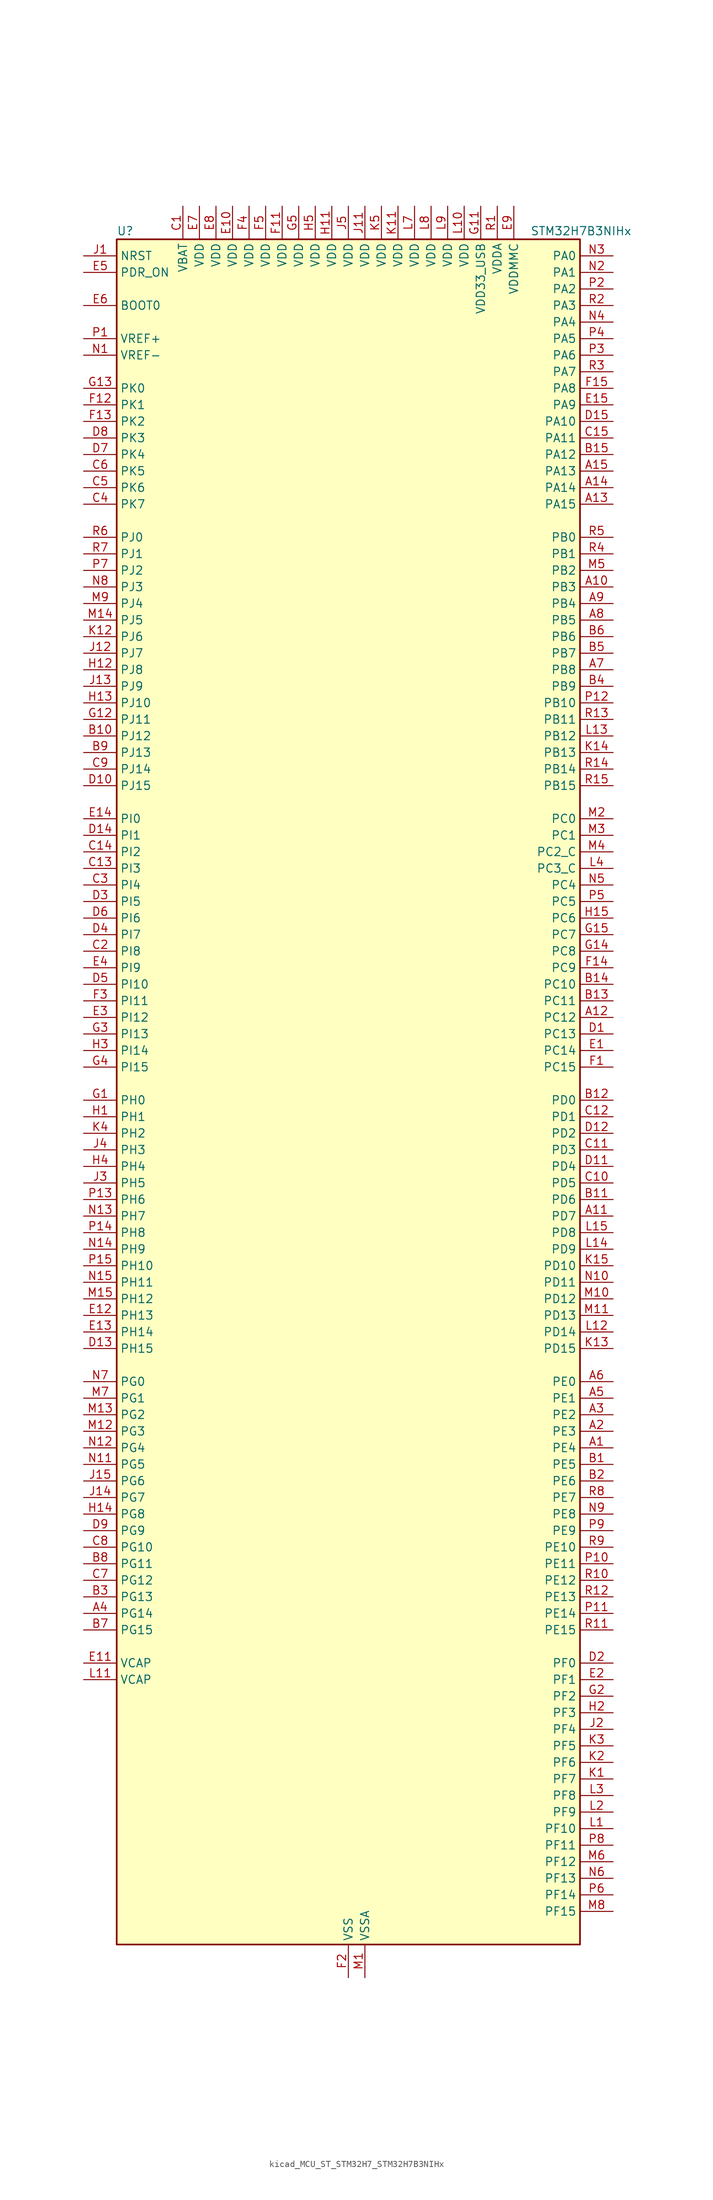
<source format=kicad_sym>
(kicad_symbol_lib
  (version 20220914)
  (generator kicad_symbol_editor)
  (symbol "kicad_MCU_ST_STM32H7_STM32H7B3NIHx"
    (property "Reference" "U"
      (at -35.56 133.35 0)
      (effects (font (size 1.27 1.27)) (justify left)))
    (property "Value" "STM32H7B3NIHx"
      (at 27.94 133.35 0)
      (effects (font (size 1.27 1.27)) (justify left)))
    (property "ki_locked" ""
      (at 0 0 0)
      (effects (font (size 1.27 1.27))))
    (symbol "kicad_MCU_ST_STM32H7_STM32H7B3NIHx_0_1"
      (rectangle (start -35.56 -129.54) (end 35.56 132.08) (stroke (width 0.254) (type default)) (fill (type background))))
    (symbol "kicad_MCU_ST_STM32H7_STM32H7B3NIHx_1_1"
      (pin bidirectional line (at 40.64 -53.34 180) (length 5.08) (name "PE4" (effects (font (size 1.27 1.27)))) (number "A1" (effects (font (size 1.27 1.27)))) (alternate "DCMI_D4" bidirectional line) (alternate "DEBUG_TRACED1" bidirectional line) (alternate "DFSDM1_DATIN3" bidirectional line) (alternate "FMC_A20" bidirectional line) (alternate "LTDC_B0" bidirectional line) (alternate "PSSI_D4" bidirectional line) (alternate "SAI1_D2" bidirectional line) (alternate "SAI1_FS_A" bidirectional line) (alternate "SPI4_NSS" bidirectional line) (alternate "TIM15_CH1N" bidirectional line))
      (pin bidirectional line (at 40.64 78.74 180) (length 5.08) (name "PB3" (effects (font (size 1.27 1.27)))) (number "A10" (effects (font (size 1.27 1.27)))) (alternate "CRS_SYNC" bidirectional line) (alternate "DEBUG_JTDO-SWO" bidirectional line) (alternate "I2S1_CK" bidirectional line) (alternate "I2S3_CK" bidirectional line) (alternate "I2S6_CK" bidirectional line) (alternate "SDMMC2_D2" bidirectional line) (alternate "SPI1_SCK" bidirectional line) (alternate "SPI3_SCK" bidirectional line) (alternate "SPI6_SCK" bidirectional line) (alternate "TIM2_CH2" bidirectional line) (alternate "UART7_RX" bidirectional line))
      (pin bidirectional line (at 40.64 -17.78 180) (length 5.08) (name "PD7" (effects (font (size 1.27 1.27)))) (number "A11" (effects (font (size 1.27 1.27)))) (alternate "DFSDM1_CKIN1" bidirectional line) (alternate "DFSDM1_DATIN4" bidirectional line) (alternate "FMC_NE1" bidirectional line) (alternate "I2S1_SDO" bidirectional line) (alternate "OCTOSPIM_P1_IO7" bidirectional line) (alternate "SDMMC2_CMD" bidirectional line) (alternate "SPDIFRX_IN0" bidirectional line) (alternate "SPI1_MOSI" bidirectional line) (alternate "USART2_CK" bidirectional line))
      (pin bidirectional line (at 40.64 12.7 180) (length 5.08) (name "PC12" (effects (font (size 1.27 1.27)))) (number "A12" (effects (font (size 1.27 1.27)))) (alternate "DCMI_D9" bidirectional line) (alternate "DEBUG_TRACED3" bidirectional line) (alternate "DFSDM2_CKOUT" bidirectional line) (alternate "I2S3_SDO" bidirectional line) (alternate "I2S6_CK" bidirectional line) (alternate "LTDC_R6" bidirectional line) (alternate "PSSI_D9" bidirectional line) (alternate "SDMMC1_CK" bidirectional line) (alternate "SPI3_MOSI" bidirectional line) (alternate "SPI6_SCK" bidirectional line) (alternate "TIM15_CH1" bidirectional line) (alternate "UART5_TX" bidirectional line) (alternate "USART3_CK" bidirectional line))
      (pin bidirectional line (at 40.64 91.44 180) (length 5.08) (name "PA15" (effects (font (size 1.27 1.27)))) (number "A13" (effects (font (size 1.27 1.27)))) (alternate "ADC1_EXTI15" bidirectional line) (alternate "ADC2_EXTI15" bidirectional line) (alternate "CEC" bidirectional line) (alternate "DEBUG_JTDI" bidirectional line) (alternate "I2S1_WS" bidirectional line) (alternate "I2S3_WS" bidirectional line) (alternate "I2S6_WS" bidirectional line) (alternate "LTDC_B6" bidirectional line) (alternate "LTDC_R3" bidirectional line) (alternate "SPI1_NSS" bidirectional line) (alternate "SPI3_NSS" bidirectional line) (alternate "SPI6_NSS" bidirectional line) (alternate "TIM2_CH1" bidirectional line) (alternate "TIM2_ETR" bidirectional line) (alternate "UART4_DE" bidirectional line) (alternate "UART4_RTS" bidirectional line) (alternate "UART7_TX" bidirectional line))
      (pin bidirectional line (at 40.64 93.98 180) (length 5.08) (name "PA14" (effects (font (size 1.27 1.27)))) (number "A14" (effects (font (size 1.27 1.27)))) (alternate "DEBUG_JTCK-SWCLK" bidirectional line))
      (pin bidirectional line (at 40.64 96.52 180) (length 5.08) (name "PA13" (effects (font (size 1.27 1.27)))) (number "A15" (effects (font (size 1.27 1.27)))) (alternate "DEBUG_JTMS-SWDIO" bidirectional line))
      (pin bidirectional line (at 40.64 -50.8 180) (length 5.08) (name "PE3" (effects (font (size 1.27 1.27)))) (number "A2" (effects (font (size 1.27 1.27)))) (alternate "DEBUG_TRACED0" bidirectional line) (alternate "FMC_A19" bidirectional line) (alternate "SAI1_SD_B" bidirectional line) (alternate "TIM15_BKIN" bidirectional line) (alternate "USART10_TX" bidirectional line))
      (pin bidirectional line (at 40.64 -48.26 180) (length 5.08) (name "PE2" (effects (font (size 1.27 1.27)))) (number "A3" (effects (font (size 1.27 1.27)))) (alternate "DEBUG_TRACECLK" bidirectional line) (alternate "FMC_A23" bidirectional line) (alternate "OCTOSPIM_P1_IO2" bidirectional line) (alternate "SAI1_CK1" bidirectional line) (alternate "SAI1_MCLK_A" bidirectional line) (alternate "SPI4_SCK" bidirectional line) (alternate "USART10_RX" bidirectional line))
      (pin bidirectional line (at -40.64 -78.74 0) (length 5.08) (name "PG14" (effects (font (size 1.27 1.27)))) (number "A4" (effects (font (size 1.27 1.27)))) (alternate "DEBUG_TRACED1" bidirectional line) (alternate "FMC_A25" bidirectional line) (alternate "I2S6_SDO" bidirectional line) (alternate "LPTIM1_ETR" bidirectional line) (alternate "LTDC_B0" bidirectional line) (alternate "OCTOSPIM_P1_IO7" bidirectional line) (alternate "SDMMC2_D7" bidirectional line) (alternate "SPI6_MOSI" bidirectional line) (alternate "USART10_DE" bidirectional line) (alternate "USART10_RTS" bidirectional line) (alternate "USART6_TX" bidirectional line))
      (pin bidirectional line (at 40.64 -45.72 180) (length 5.08) (name "PE1" (effects (font (size 1.27 1.27)))) (number "A5" (effects (font (size 1.27 1.27)))) (alternate "DCMI_D3" bidirectional line) (alternate "FMC_NBL1" bidirectional line) (alternate "LPTIM1_IN2" bidirectional line) (alternate "LTDC_R6" bidirectional line) (alternate "PSSI_D3" bidirectional line) (alternate "UART8_TX" bidirectional line))
      (pin bidirectional line (at 40.64 -43.18 180) (length 5.08) (name "PE0" (effects (font (size 1.27 1.27)))) (number "A6" (effects (font (size 1.27 1.27)))) (alternate "DCMI_D2" bidirectional line) (alternate "FMC_NBL0" bidirectional line) (alternate "LPTIM1_ETR" bidirectional line) (alternate "LPTIM2_ETR" bidirectional line) (alternate "LTDC_R0" bidirectional line) (alternate "PSSI_D2" bidirectional line) (alternate "SAI2_MCLK_A" bidirectional line) (alternate "TIM4_ETR" bidirectional line) (alternate "UART8_RX" bidirectional line))
      (pin bidirectional line (at 40.64 66.04 180) (length 5.08) (name "PB8" (effects (font (size 1.27 1.27)))) (number "A7" (effects (font (size 1.27 1.27)))) (alternate "DCMI_D6" bidirectional line) (alternate "DFSDM1_CKIN7" bidirectional line) (alternate "FDCAN1_RX" bidirectional line) (alternate "I2C1_SCL" bidirectional line) (alternate "I2C4_SCL" bidirectional line) (alternate "LTDC_B6" bidirectional line) (alternate "PSSI_D6" bidirectional line) (alternate "SDMMC1_CKIN" bidirectional line) (alternate "SDMMC1_D4" bidirectional line) (alternate "SDMMC2_D4" bidirectional line) (alternate "TIM16_CH1" bidirectional line) (alternate "TIM4_CH3" bidirectional line) (alternate "UART4_RX" bidirectional line))
      (pin bidirectional line (at 40.64 73.66 180) (length 5.08) (name "PB5" (effects (font (size 1.27 1.27)))) (number "A8" (effects (font (size 1.27 1.27)))) (alternate "DCMI_D10" bidirectional line) (alternate "FDCAN2_RX" bidirectional line) (alternate "FMC_SDCKE1" bidirectional line) (alternate "I2C1_SMBA" bidirectional line) (alternate "I2C4_SMBA" bidirectional line) (alternate "I2S1_SDO" bidirectional line) (alternate "I2S3_SDO" bidirectional line) (alternate "I2S6_SDO" bidirectional line) (alternate "LTDC_B5" bidirectional line) (alternate "PSSI_D10" bidirectional line) (alternate "SPI1_MOSI" bidirectional line) (alternate "SPI3_MOSI" bidirectional line) (alternate "SPI6_MOSI" bidirectional line) (alternate "TIM17_BKIN" bidirectional line) (alternate "TIM3_CH2" bidirectional line) (alternate "UART5_RX" bidirectional line) (alternate "USB_OTG_HS_ULPI_D7" bidirectional line))
      (pin bidirectional line (at 40.64 76.2 180) (length 5.08) (name "PB4" (effects (font (size 1.27 1.27)))) (number "A9" (effects (font (size 1.27 1.27)))) (alternate "DEBUG_JTRST" bidirectional line) (alternate "I2S1_SDI" bidirectional line) (alternate "I2S2_WS" bidirectional line) (alternate "I2S3_SDI" bidirectional line) (alternate "I2S6_SDI" bidirectional line) (alternate "SDMMC2_D3" bidirectional line) (alternate "SPI1_MISO" bidirectional line) (alternate "SPI2_NSS" bidirectional line) (alternate "SPI3_MISO" bidirectional line) (alternate "SPI6_MISO" bidirectional line) (alternate "TIM16_BKIN" bidirectional line) (alternate "TIM3_CH1" bidirectional line) (alternate "UART7_TX" bidirectional line))
      (pin bidirectional line (at 40.64 -55.88 180) (length 5.08) (name "PE5" (effects (font (size 1.27 1.27)))) (number "B1" (effects (font (size 1.27 1.27)))) (alternate "DCMI_D6" bidirectional line) (alternate "DEBUG_TRACED2" bidirectional line) (alternate "DFSDM1_CKIN3" bidirectional line) (alternate "FMC_A21" bidirectional line) (alternate "LTDC_G0" bidirectional line) (alternate "PSSI_D6" bidirectional line) (alternate "SAI1_CK2" bidirectional line) (alternate "SAI1_SCK_A" bidirectional line) (alternate "SPI4_MISO" bidirectional line) (alternate "TIM15_CH1" bidirectional line))
      (pin bidirectional line (at -40.64 55.88 0) (length 5.08) (name "PJ12" (effects (font (size 1.27 1.27)))) (number "B10" (effects (font (size 1.27 1.27)))) (alternate "DEBUG_TRGOUT" bidirectional line) (alternate "LTDC_B0" bidirectional line) (alternate "LTDC_G3" bidirectional line))
      (pin bidirectional line (at 40.64 -15.24 180) (length 5.08) (name "PD6" (effects (font (size 1.27 1.27)))) (number "B11" (effects (font (size 1.27 1.27)))) (alternate "DCMI_D10" bidirectional line) (alternate "DFSDM1_CKIN4" bidirectional line) (alternate "DFSDM1_DATIN1" bidirectional line) (alternate "FMC_NWAIT" bidirectional line) (alternate "I2S3_SDO" bidirectional line) (alternate "LTDC_B2" bidirectional line) (alternate "OCTOSPIM_P1_IO6" bidirectional line) (alternate "PSSI_D10" bidirectional line) (alternate "SAI1_D1" bidirectional line) (alternate "SAI1_SD_A" bidirectional line) (alternate "SDMMC2_CK" bidirectional line) (alternate "SPI3_MOSI" bidirectional line) (alternate "USART2_RX" bidirectional line))
      (pin bidirectional line (at 40.64 0 180) (length 5.08) (name "PD0" (effects (font (size 1.27 1.27)))) (number "B12" (effects (font (size 1.27 1.27)))) (alternate "DFSDM1_CKIN6" bidirectional line) (alternate "FDCAN1_RX" bidirectional line) (alternate "FMC_D2" bidirectional line) (alternate "FMC_DA2" bidirectional line) (alternate "LTDC_B1" bidirectional line) (alternate "UART4_RX" bidirectional line) (alternate "UART9_CTS" bidirectional line))
      (pin bidirectional line (at 40.64 15.24 180) (length 5.08) (name "PC11" (effects (font (size 1.27 1.27)))) (number "B13" (effects (font (size 1.27 1.27)))) (alternate "ADC1_EXTI11" bidirectional line) (alternate "ADC2_EXTI11" bidirectional line) (alternate "DCMI_D4" bidirectional line) (alternate "DFSDM1_DATIN5" bidirectional line) (alternate "DFSDM2_DATIN0" bidirectional line) (alternate "I2S3_SDI" bidirectional line) (alternate "LTDC_B4" bidirectional line) (alternate "OCTOSPIM_P1_NCS" bidirectional line) (alternate "PSSI_D4" bidirectional line) (alternate "SDMMC1_D3" bidirectional line) (alternate "SPI3_MISO" bidirectional line) (alternate "UART4_RX" bidirectional line) (alternate "USART3_RX" bidirectional line))
      (pin bidirectional line (at 40.64 17.78 180) (length 5.08) (name "PC10" (effects (font (size 1.27 1.27)))) (number "B14" (effects (font (size 1.27 1.27)))) (alternate "DCMI_D8" bidirectional line) (alternate "DFSDM1_CKIN5" bidirectional line) (alternate "DFSDM2_CKIN0" bidirectional line) (alternate "I2S3_CK" bidirectional line) (alternate "LTDC_B1" bidirectional line) (alternate "LTDC_R2" bidirectional line) (alternate "OCTOSPIM_P1_IO1" bidirectional line) (alternate "PSSI_D8" bidirectional line) (alternate "SDMMC1_D2" bidirectional line) (alternate "SPI3_SCK" bidirectional line) (alternate "SWPMI1_RX" bidirectional line) (alternate "UART4_TX" bidirectional line) (alternate "USART3_TX" bidirectional line))
      (pin bidirectional line (at 40.64 99.06 180) (length 5.08) (name "PA12" (effects (font (size 1.27 1.27)))) (number "B15" (effects (font (size 1.27 1.27)))) (alternate "FDCAN1_TX" bidirectional line) (alternate "I2S2_CK" bidirectional line) (alternate "LPUART1_DE" bidirectional line) (alternate "LPUART1_RTS" bidirectional line) (alternate "LTDC_R5" bidirectional line) (alternate "SAI2_FS_B" bidirectional line) (alternate "SPI2_SCK" bidirectional line) (alternate "TIM1_ETR" bidirectional line) (alternate "UART4_TX" bidirectional line) (alternate "USART1_DE" bidirectional line) (alternate "USART1_RTS" bidirectional line) (alternate "USB_OTG_HS_DP" bidirectional line))
      (pin bidirectional line (at 40.64 -58.42 180) (length 5.08) (name "PE6" (effects (font (size 1.27 1.27)))) (number "B2" (effects (font (size 1.27 1.27)))) (alternate "DCMI_D7" bidirectional line) (alternate "DEBUG_TRACED3" bidirectional line) (alternate "FMC_A22" bidirectional line) (alternate "LTDC_G1" bidirectional line) (alternate "PSSI_D7" bidirectional line) (alternate "SAI1_D1" bidirectional line) (alternate "SAI1_SD_A" bidirectional line) (alternate "SAI2_MCLK_B" bidirectional line) (alternate "SPI4_MOSI" bidirectional line) (alternate "TIM15_CH2" bidirectional line) (alternate "TIM1_BKIN2" bidirectional line) (alternate "TIM1_BKIN2_COMP1" bidirectional line) (alternate "TIM1_BKIN2_COMP2" bidirectional line))
      (pin bidirectional line (at -40.64 -76.2 0) (length 5.08) (name "PG13" (effects (font (size 1.27 1.27)))) (number "B3" (effects (font (size 1.27 1.27)))) (alternate "DEBUG_TRACED0" bidirectional line) (alternate "FMC_A24" bidirectional line) (alternate "I2S6_CK" bidirectional line) (alternate "LPTIM1_OUT" bidirectional line) (alternate "LTDC_R0" bidirectional line) (alternate "SDMMC2_D6" bidirectional line) (alternate "SPI6_SCK" bidirectional line) (alternate "USART10_CTS" bidirectional line) (alternate "USART10_NSS" bidirectional line) (alternate "USART6_CTS" bidirectional line) (alternate "USART6_NSS" bidirectional line))
      (pin bidirectional line (at 40.64 63.5 180) (length 5.08) (name "PB9" (effects (font (size 1.27 1.27)))) (number "B4" (effects (font (size 1.27 1.27)))) (alternate "DAC1_EXTI9" bidirectional line) (alternate "DCMI_D7" bidirectional line) (alternate "DFSDM1_DATIN7" bidirectional line) (alternate "FDCAN1_TX" bidirectional line) (alternate "I2C1_SDA" bidirectional line) (alternate "I2C4_SDA" bidirectional line) (alternate "I2C4_SMBA" bidirectional line) (alternate "I2S2_WS" bidirectional line) (alternate "LTDC_B7" bidirectional line) (alternate "PSSI_D7" bidirectional line) (alternate "SDMMC1_CDIR" bidirectional line) (alternate "SDMMC1_D5" bidirectional line) (alternate "SDMMC2_D5" bidirectional line) (alternate "SPI2_NSS" bidirectional line) (alternate "TIM17_CH1" bidirectional line) (alternate "TIM4_CH4" bidirectional line) (alternate "UART4_TX" bidirectional line))
      (pin bidirectional line (at 40.64 68.58 180) (length 5.08) (name "PB7" (effects (font (size 1.27 1.27)))) (number "B5" (effects (font (size 1.27 1.27)))) (alternate "DCMI_VSYNC" bidirectional line) (alternate "DFSDM1_CKIN5" bidirectional line) (alternate "FMC_NL" bidirectional line) (alternate "I2C1_SDA" bidirectional line) (alternate "I2C4_SDA" bidirectional line) (alternate "LPUART1_RX" bidirectional line) (alternate "PSSI_RDY" bidirectional line) (alternate "PWR_PVD_IN" bidirectional line) (alternate "TIM17_CH1N" bidirectional line) (alternate "TIM4_CH2" bidirectional line) (alternate "USART1_RX" bidirectional line))
      (pin bidirectional line (at 40.64 71.12 180) (length 5.08) (name "PB6" (effects (font (size 1.27 1.27)))) (number "B6" (effects (font (size 1.27 1.27)))) (alternate "CEC" bidirectional line) (alternate "DCMI_D5" bidirectional line) (alternate "DFSDM1_DATIN5" bidirectional line) (alternate "FDCAN2_TX" bidirectional line) (alternate "FMC_SDNE1" bidirectional line) (alternate "I2C1_SCL" bidirectional line) (alternate "I2C4_SCL" bidirectional line) (alternate "LPUART1_TX" bidirectional line) (alternate "OCTOSPIM_P1_NCS" bidirectional line) (alternate "PSSI_D5" bidirectional line) (alternate "TIM16_CH1N" bidirectional line) (alternate "TIM4_CH1" bidirectional line) (alternate "UART5_TX" bidirectional line) (alternate "USART1_TX" bidirectional line))
      (pin bidirectional line (at -40.64 -81.28 0) (length 5.08) (name "PG15" (effects (font (size 1.27 1.27)))) (number "B7" (effects (font (size 1.27 1.27)))) (alternate "ADC1_EXTI15" bidirectional line) (alternate "ADC2_EXTI15" bidirectional line) (alternate "DCMI_D13" bidirectional line) (alternate "FMC_SDNCAS" bidirectional line) (alternate "OCTOSPIM_P2_DQS" bidirectional line) (alternate "PSSI_D13" bidirectional line) (alternate "USART10_CK" bidirectional line) (alternate "USART6_CTS" bidirectional line) (alternate "USART6_NSS" bidirectional line))
      (pin bidirectional line (at -40.64 -71.12 0) (length 5.08) (name "PG11" (effects (font (size 1.27 1.27)))) (number "B8" (effects (font (size 1.27 1.27)))) (alternate "ADC1_EXTI11" bidirectional line) (alternate "ADC2_EXTI11" bidirectional line) (alternate "DCMI_D3" bidirectional line) (alternate "I2S1_CK" bidirectional line) (alternate "LPTIM1_IN2" bidirectional line) (alternate "LTDC_B3" bidirectional line) (alternate "OCTOSPIM_P2_IO7" bidirectional line) (alternate "PSSI_D3" bidirectional line) (alternate "SDMMC2_D2" bidirectional line) (alternate "SPDIFRX_IN0" bidirectional line) (alternate "SPI1_SCK" bidirectional line) (alternate "USART10_RX" bidirectional line))
      (pin bidirectional line (at -40.64 53.34 0) (length 5.08) (name "PJ13" (effects (font (size 1.27 1.27)))) (number "B9" (effects (font (size 1.27 1.27)))) (alternate "LTDC_B1" bidirectional line) (alternate "LTDC_B4" bidirectional line))
      (pin power_in line (at -25.4 137.16 270) (length 5.08) (name "VBAT" (effects (font (size 1.27 1.27)))) (number "C1" (effects (font (size 1.27 1.27)))))
      (pin bidirectional line (at 40.64 -12.7 180) (length 5.08) (name "PD5" (effects (font (size 1.27 1.27)))) (number "C10" (effects (font (size 1.27 1.27)))) (alternate "FMC_NWE" bidirectional line) (alternate "OCTOSPIM_P1_IO5" bidirectional line) (alternate "USART2_TX" bidirectional line))
      (pin bidirectional line (at 40.64 -7.62 180) (length 5.08) (name "PD3" (effects (font (size 1.27 1.27)))) (number "C11" (effects (font (size 1.27 1.27)))) (alternate "DCMI_D5" bidirectional line) (alternate "DFSDM1_CKOUT" bidirectional line) (alternate "FMC_CLK" bidirectional line) (alternate "I2S2_CK" bidirectional line) (alternate "LTDC_G7" bidirectional line) (alternate "PSSI_D5" bidirectional line) (alternate "SPI2_SCK" bidirectional line) (alternate "USART2_CTS" bidirectional line) (alternate "USART2_NSS" bidirectional line))
      (pin bidirectional line (at 40.64 -2.54 180) (length 5.08) (name "PD1" (effects (font (size 1.27 1.27)))) (number "C12" (effects (font (size 1.27 1.27)))) (alternate "DFSDM1_DATIN6" bidirectional line) (alternate "FDCAN1_TX" bidirectional line) (alternate "FMC_D3" bidirectional line) (alternate "FMC_DA3" bidirectional line) (alternate "UART4_TX" bidirectional line))
      (pin bidirectional line (at -40.64 35.56 0) (length 5.08) (name "PI3" (effects (font (size 1.27 1.27)))) (number "C13" (effects (font (size 1.27 1.27)))) (alternate "DCMI_D10" bidirectional line) (alternate "FMC_D27" bidirectional line) (alternate "I2S2_SDO" bidirectional line) (alternate "PSSI_D10" bidirectional line) (alternate "SPI2_MOSI" bidirectional line) (alternate "TIM8_ETR" bidirectional line))
      (pin bidirectional line (at -40.64 38.1 0) (length 5.08) (name "PI2" (effects (font (size 1.27 1.27)))) (number "C14" (effects (font (size 1.27 1.27)))) (alternate "DCMI_D9" bidirectional line) (alternate "FMC_D26" bidirectional line) (alternate "I2S2_SDI" bidirectional line) (alternate "LTDC_G7" bidirectional line) (alternate "PSSI_D9" bidirectional line) (alternate "SPI2_MISO" bidirectional line) (alternate "TIM8_CH4" bidirectional line))
      (pin bidirectional line (at 40.64 101.6 180) (length 5.08) (name "PA11" (effects (font (size 1.27 1.27)))) (number "C15" (effects (font (size 1.27 1.27)))) (alternate "ADC1_EXTI11" bidirectional line) (alternate "ADC2_EXTI11" bidirectional line) (alternate "FDCAN1_RX" bidirectional line) (alternate "I2S2_WS" bidirectional line) (alternate "LPUART1_CTS" bidirectional line) (alternate "LTDC_R4" bidirectional line) (alternate "SPI2_NSS" bidirectional line) (alternate "TIM1_CH4" bidirectional line) (alternate "UART4_RX" bidirectional line) (alternate "USART1_CTS" bidirectional line) (alternate "USART1_NSS" bidirectional line) (alternate "USB_OTG_HS_DM" bidirectional line))
      (pin bidirectional line (at -40.64 22.86 0) (length 5.08) (name "PI8" (effects (font (size 1.27 1.27)))) (number "C2" (effects (font (size 1.27 1.27)))) (alternate "PWR_WKUP3" bidirectional line) (alternate "RTC_OUT_ALARM" bidirectional line) (alternate "RTC_TAMP2" bidirectional line))
      (pin bidirectional line (at -40.64 33.02 0) (length 5.08) (name "PI4" (effects (font (size 1.27 1.27)))) (number "C3" (effects (font (size 1.27 1.27)))) (alternate "DCMI_D5" bidirectional line) (alternate "FMC_NBL2" bidirectional line) (alternate "LTDC_B4" bidirectional line) (alternate "PSSI_D5" bidirectional line) (alternate "SAI2_MCLK_A" bidirectional line) (alternate "TIM8_BKIN" bidirectional line) (alternate "TIM8_BKIN_COMP1" bidirectional line) (alternate "TIM8_BKIN_COMP2" bidirectional line))
      (pin bidirectional line (at -40.64 91.44 0) (length 5.08) (name "PK7" (effects (font (size 1.27 1.27)))) (number "C4" (effects (font (size 1.27 1.27)))) (alternate "LTDC_DE" bidirectional line))
      (pin bidirectional line (at -40.64 93.98 0) (length 5.08) (name "PK6" (effects (font (size 1.27 1.27)))) (number "C5" (effects (font (size 1.27 1.27)))) (alternate "LTDC_B7" bidirectional line) (alternate "OCTOSPIM_P2_DQS" bidirectional line))
      (pin bidirectional line (at -40.64 96.52 0) (length 5.08) (name "PK5" (effects (font (size 1.27 1.27)))) (number "C6" (effects (font (size 1.27 1.27)))) (alternate "LTDC_B6" bidirectional line) (alternate "OCTOSPIM_P2_NCS" bidirectional line))
      (pin bidirectional line (at -40.64 -73.66 0) (length 5.08) (name "PG12" (effects (font (size 1.27 1.27)))) (number "C7" (effects (font (size 1.27 1.27)))) (alternate "FMC_NE4" bidirectional line) (alternate "I2S6_SDI" bidirectional line) (alternate "LPTIM1_IN1" bidirectional line) (alternate "LTDC_B1" bidirectional line) (alternate "LTDC_B4" bidirectional line) (alternate "OCTOSPIM_P2_NCS" bidirectional line) (alternate "SDMMC2_D3" bidirectional line) (alternate "SPDIFRX_IN1" bidirectional line) (alternate "SPI6_MISO" bidirectional line) (alternate "USART10_TX" bidirectional line) (alternate "USART6_DE" bidirectional line) (alternate "USART6_RTS" bidirectional line))
      (pin bidirectional line (at -40.64 -68.58 0) (length 5.08) (name "PG10" (effects (font (size 1.27 1.27)))) (number "C8" (effects (font (size 1.27 1.27)))) (alternate "DCMI_D2" bidirectional line) (alternate "FMC_NE3" bidirectional line) (alternate "I2S1_WS" bidirectional line) (alternate "LTDC_B2" bidirectional line) (alternate "LTDC_G3" bidirectional line) (alternate "OCTOSPIM_P2_IO6" bidirectional line) (alternate "PSSI_D2" bidirectional line) (alternate "SAI2_SD_B" bidirectional line) (alternate "SDMMC2_D1" bidirectional line) (alternate "SPI1_NSS" bidirectional line))
      (pin bidirectional line (at -40.64 50.8 0) (length 5.08) (name "PJ14" (effects (font (size 1.27 1.27)))) (number "C9" (effects (font (size 1.27 1.27)))) (alternate "LTDC_B2" bidirectional line))
      (pin bidirectional line (at 40.64 10.16 180) (length 5.08) (name "PC13" (effects (font (size 1.27 1.27)))) (number "D1" (effects (font (size 1.27 1.27)))) (alternate "PWR_WKUP4" bidirectional line) (alternate "RTC_OUT_ALARM" bidirectional line) (alternate "RTC_OUT_CALIB" bidirectional line) (alternate "RTC_TAMP1" bidirectional line) (alternate "RTC_TS" bidirectional line))
      (pin bidirectional line (at -40.64 48.26 0) (length 5.08) (name "PJ15" (effects (font (size 1.27 1.27)))) (number "D10" (effects (font (size 1.27 1.27)))) (alternate "ADC1_EXTI15" bidirectional line) (alternate "ADC2_EXTI15" bidirectional line) (alternate "LTDC_B3" bidirectional line))
      (pin bidirectional line (at 40.64 -10.16 180) (length 5.08) (name "PD4" (effects (font (size 1.27 1.27)))) (number "D11" (effects (font (size 1.27 1.27)))) (alternate "FMC_NOE" bidirectional line) (alternate "OCTOSPIM_P1_IO4" bidirectional line) (alternate "USART2_DE" bidirectional line) (alternate "USART2_RTS" bidirectional line))
      (pin bidirectional line (at 40.64 -5.08 180) (length 5.08) (name "PD2" (effects (font (size 1.27 1.27)))) (number "D12" (effects (font (size 1.27 1.27)))) (alternate "DCMI_D11" bidirectional line) (alternate "DEBUG_TRACED2" bidirectional line) (alternate "LTDC_B2" bidirectional line) (alternate "LTDC_B7" bidirectional line) (alternate "PSSI_D11" bidirectional line) (alternate "SDMMC1_CMD" bidirectional line) (alternate "TIM15_BKIN" bidirectional line) (alternate "TIM3_ETR" bidirectional line) (alternate "UART5_RX" bidirectional line))
      (pin bidirectional line (at -40.64 -38.1 0) (length 5.08) (name "PH15" (effects (font (size 1.27 1.27)))) (number "D13" (effects (font (size 1.27 1.27)))) (alternate "ADC1_EXTI15" bidirectional line) (alternate "ADC2_EXTI15" bidirectional line) (alternate "DCMI_D11" bidirectional line) (alternate "FMC_D23" bidirectional line) (alternate "LTDC_G4" bidirectional line) (alternate "PSSI_D11" bidirectional line) (alternate "TIM8_CH3N" bidirectional line))
      (pin bidirectional line (at -40.64 40.64 0) (length 5.08) (name "PI1" (effects (font (size 1.27 1.27)))) (number "D14" (effects (font (size 1.27 1.27)))) (alternate "DCMI_D8" bidirectional line) (alternate "FMC_D25" bidirectional line) (alternate "I2S2_CK" bidirectional line) (alternate "LTDC_G6" bidirectional line) (alternate "PSSI_D8" bidirectional line) (alternate "SPI2_SCK" bidirectional line) (alternate "TIM8_BKIN2" bidirectional line) (alternate "TIM8_BKIN2_COMP1" bidirectional line) (alternate "TIM8_BKIN2_COMP2" bidirectional line))
      (pin bidirectional line (at 40.64 104.14 180) (length 5.08) (name "PA10" (effects (font (size 1.27 1.27)))) (number "D15" (effects (font (size 1.27 1.27)))) (alternate "DCMI_D1" bidirectional line) (alternate "LPUART1_RX" bidirectional line) (alternate "LTDC_B1" bidirectional line) (alternate "LTDC_B4" bidirectional line) (alternate "MDIOS_MDIO" bidirectional line) (alternate "PSSI_D1" bidirectional line) (alternate "TIM1_CH3" bidirectional line) (alternate "USART1_RX" bidirectional line) (alternate "USB_OTG_HS_ID" bidirectional line))
      (pin bidirectional line (at 40.64 -86.36 180) (length 5.08) (name "PF0" (effects (font (size 1.27 1.27)))) (number "D2" (effects (font (size 1.27 1.27)))) (alternate "FMC_A0" bidirectional line) (alternate "I2C2_SDA" bidirectional line) (alternate "OCTOSPIM_P2_IO0" bidirectional line))
      (pin bidirectional line (at -40.64 30.48 0) (length 5.08) (name "PI5" (effects (font (size 1.27 1.27)))) (number "D3" (effects (font (size 1.27 1.27)))) (alternate "DCMI_VSYNC" bidirectional line) (alternate "FMC_NBL3" bidirectional line) (alternate "LTDC_B5" bidirectional line) (alternate "PSSI_RDY" bidirectional line) (alternate "SAI2_SCK_A" bidirectional line) (alternate "TIM8_CH1" bidirectional line))
      (pin bidirectional line (at -40.64 25.4 0) (length 5.08) (name "PI7" (effects (font (size 1.27 1.27)))) (number "D4" (effects (font (size 1.27 1.27)))) (alternate "DCMI_D7" bidirectional line) (alternate "FMC_D29" bidirectional line) (alternate "LTDC_B7" bidirectional line) (alternate "PSSI_D7" bidirectional line) (alternate "SAI2_FS_A" bidirectional line) (alternate "TIM8_CH3" bidirectional line))
      (pin bidirectional line (at -40.64 17.78 0) (length 5.08) (name "PI10" (effects (font (size 1.27 1.27)))) (number "D5" (effects (font (size 1.27 1.27)))) (alternate "FMC_D31" bidirectional line) (alternate "LTDC_HSYNC" bidirectional line) (alternate "OCTOSPIM_P2_IO1" bidirectional line) (alternate "PSSI_D14" bidirectional line))
      (pin bidirectional line (at -40.64 27.94 0) (length 5.08) (name "PI6" (effects (font (size 1.27 1.27)))) (number "D6" (effects (font (size 1.27 1.27)))) (alternate "DCMI_D6" bidirectional line) (alternate "FMC_D28" bidirectional line) (alternate "LTDC_B6" bidirectional line) (alternate "PSSI_D6" bidirectional line) (alternate "SAI2_SD_A" bidirectional line) (alternate "TIM8_CH2" bidirectional line))
      (pin bidirectional line (at -40.64 99.06 0) (length 5.08) (name "PK4" (effects (font (size 1.27 1.27)))) (number "D7" (effects (font (size 1.27 1.27)))) (alternate "LTDC_B5" bidirectional line) (alternate "OCTOSPIM_P2_IO7" bidirectional line))
      (pin bidirectional line (at -40.64 101.6 0) (length 5.08) (name "PK3" (effects (font (size 1.27 1.27)))) (number "D8" (effects (font (size 1.27 1.27)))) (alternate "LTDC_B4" bidirectional line) (alternate "OCTOSPIM_P2_IO6" bidirectional line))
      (pin bidirectional line (at -40.64 -66.04 0) (length 5.08) (name "PG9" (effects (font (size 1.27 1.27)))) (number "D9" (effects (font (size 1.27 1.27)))) (alternate "DAC1_EXTI9" bidirectional line) (alternate "DCMI_VSYNC" bidirectional line) (alternate "FMC_NCE" bidirectional line) (alternate "FMC_NE2" bidirectional line) (alternate "I2S1_SDI" bidirectional line) (alternate "OCTOSPIM_P1_IO6" bidirectional line) (alternate "PSSI_RDY" bidirectional line) (alternate "SAI2_FS_B" bidirectional line) (alternate "SDMMC2_D0" bidirectional line) (alternate "SPDIFRX_IN3" bidirectional line) (alternate "SPI1_MISO" bidirectional line) (alternate "USART6_RX" bidirectional line))
      (pin bidirectional line (at 40.64 7.62 180) (length 5.08) (name "PC14" (effects (font (size 1.27 1.27)))) (number "E1" (effects (font (size 1.27 1.27)))) (alternate "RCC_OSC32_IN" bidirectional line))
      (pin power_in line (at -17.78 137.16 270) (length 5.08) (name "VDD" (effects (font (size 1.27 1.27)))) (number "E10" (effects (font (size 1.27 1.27)))))
      (pin power_out line (at -40.64 -86.36 0) (length 5.08) (name "VCAP" (effects (font (size 1.27 1.27)))) (number "E11" (effects (font (size 1.27 1.27)))))
      (pin bidirectional line (at -40.64 -33.02 0) (length 5.08) (name "PH13" (effects (font (size 1.27 1.27)))) (number "E12" (effects (font (size 1.27 1.27)))) (alternate "FDCAN1_TX" bidirectional line) (alternate "FMC_D21" bidirectional line) (alternate "LTDC_G2" bidirectional line) (alternate "TIM8_CH1N" bidirectional line) (alternate "UART4_TX" bidirectional line))
      (pin bidirectional line (at -40.64 -35.56 0) (length 5.08) (name "PH14" (effects (font (size 1.27 1.27)))) (number "E13" (effects (font (size 1.27 1.27)))) (alternate "DCMI_D4" bidirectional line) (alternate "FDCAN1_RX" bidirectional line) (alternate "FMC_D22" bidirectional line) (alternate "LTDC_G3" bidirectional line) (alternate "PSSI_D4" bidirectional line) (alternate "TIM8_CH2N" bidirectional line) (alternate "UART4_RX" bidirectional line))
      (pin bidirectional line (at -40.64 43.18 0) (length 5.08) (name "PI0" (effects (font (size 1.27 1.27)))) (number "E14" (effects (font (size 1.27 1.27)))) (alternate "DCMI_D13" bidirectional line) (alternate "FMC_D24" bidirectional line) (alternate "I2S2_WS" bidirectional line) (alternate "LTDC_G5" bidirectional line) (alternate "PSSI_D13" bidirectional line) (alternate "SPI2_NSS" bidirectional line) (alternate "TIM5_CH4" bidirectional line))
      (pin bidirectional line (at 40.64 106.68 180) (length 5.08) (name "PA9" (effects (font (size 1.27 1.27)))) (number "E15" (effects (font (size 1.27 1.27)))) (alternate "DAC1_EXTI9" bidirectional line) (alternate "DCMI_D0" bidirectional line) (alternate "I2C3_SMBA" bidirectional line) (alternate "I2S2_CK" bidirectional line) (alternate "LPUART1_TX" bidirectional line) (alternate "LTDC_R5" bidirectional line) (alternate "PSSI_D0" bidirectional line) (alternate "SPI2_SCK" bidirectional line) (alternate "TIM1_CH2" bidirectional line) (alternate "USART1_TX" bidirectional line) (alternate "USB_OTG_HS_VBUS" bidirectional line))
      (pin bidirectional line (at 40.64 -88.9 180) (length 5.08) (name "PF1" (effects (font (size 1.27 1.27)))) (number "E2" (effects (font (size 1.27 1.27)))) (alternate "FMC_A1" bidirectional line) (alternate "I2C2_SCL" bidirectional line) (alternate "OCTOSPIM_P2_IO1" bidirectional line))
      (pin bidirectional line (at -40.64 12.7 0) (length 5.08) (name "PI12" (effects (font (size 1.27 1.27)))) (number "E3" (effects (font (size 1.27 1.27)))) (alternate "LTDC_HSYNC" bidirectional line) (alternate "OCTOSPIM_P2_IO3" bidirectional line))
      (pin bidirectional line (at -40.64 20.32 0) (length 5.08) (name "PI9" (effects (font (size 1.27 1.27)))) (number "E4" (effects (font (size 1.27 1.27)))) (alternate "DAC1_EXTI9" bidirectional line) (alternate "FDCAN1_RX" bidirectional line) (alternate "FMC_D30" bidirectional line) (alternate "LTDC_VSYNC" bidirectional line) (alternate "OCTOSPIM_P2_IO0" bidirectional line) (alternate "UART4_RX" bidirectional line))
      (pin input line (at -40.64 127 0) (length 5.08) (name "PDR_ON" (effects (font (size 1.27 1.27)))) (number "E5" (effects (font (size 1.27 1.27)))))
      (pin input line (at -40.64 121.92 0) (length 5.08) (name "BOOT0" (effects (font (size 1.27 1.27)))) (number "E6" (effects (font (size 1.27 1.27)))))
      (pin power_in line (at -22.86 137.16 270) (length 5.08) (name "VDD" (effects (font (size 1.27 1.27)))) (number "E7" (effects (font (size 1.27 1.27)))))
      (pin power_in line (at -20.32 137.16 270) (length 5.08) (name "VDD" (effects (font (size 1.27 1.27)))) (number "E8" (effects (font (size 1.27 1.27)))))
      (pin power_in line (at 25.4 137.16 270) (length 5.08) (name "VDDMMC" (effects (font (size 1.27 1.27)))) (number "E9" (effects (font (size 1.27 1.27)))))
      (pin bidirectional line (at 40.64 5.08 180) (length 5.08) (name "PC15" (effects (font (size 1.27 1.27)))) (number "F1" (effects (font (size 1.27 1.27)))) (alternate "ADC1_EXTI15" bidirectional line) (alternate "ADC2_EXTI15" bidirectional line) (alternate "RCC_OSC32_OUT" bidirectional line))
      (pin passive line (at 0 -134.62 90) (length 5.08) hide (name "VSS" (effects (font (size 1.27 1.27)))) (number "F10" (effects (font (size 1.27 1.27)))))
      (pin power_in line (at -10.16 137.16 270) (length 5.08) (name "VDD" (effects (font (size 1.27 1.27)))) (number "F11" (effects (font (size 1.27 1.27)))))
      (pin bidirectional line (at -40.64 106.68 0) (length 5.08) (name "PK1" (effects (font (size 1.27 1.27)))) (number "F12" (effects (font (size 1.27 1.27)))) (alternate "LTDC_G6" bidirectional line) (alternate "SPI5_NSS" bidirectional line) (alternate "TIM1_CH1" bidirectional line) (alternate "TIM8_CH3N" bidirectional line))
      (pin bidirectional line (at -40.64 104.14 0) (length 5.08) (name "PK2" (effects (font (size 1.27 1.27)))) (number "F13" (effects (font (size 1.27 1.27)))) (alternate "LTDC_G7" bidirectional line) (alternate "TIM1_BKIN" bidirectional line) (alternate "TIM1_BKIN_COMP1" bidirectional line) (alternate "TIM1_BKIN_COMP2" bidirectional line) (alternate "TIM8_BKIN" bidirectional line) (alternate "TIM8_BKIN_COMP1" bidirectional line) (alternate "TIM8_BKIN_COMP2" bidirectional line))
      (pin bidirectional line (at 40.64 20.32 180) (length 5.08) (name "PC9" (effects (font (size 1.27 1.27)))) (number "F14" (effects (font (size 1.27 1.27)))) (alternate "DAC1_EXTI9" bidirectional line) (alternate "DCMI_D3" bidirectional line) (alternate "I2C3_SDA" bidirectional line) (alternate "I2S_CKIN" bidirectional line) (alternate "LTDC_B2" bidirectional line) (alternate "LTDC_G3" bidirectional line) (alternate "OCTOSPIM_P1_IO0" bidirectional line) (alternate "PSSI_D3" bidirectional line) (alternate "RCC_MCO_2" bidirectional line) (alternate "SDMMC1_D1" bidirectional line) (alternate "SWPMI1_SUSPEND" bidirectional line) (alternate "TIM3_CH4" bidirectional line) (alternate "TIM8_CH4" bidirectional line) (alternate "UART5_CTS" bidirectional line))
      (pin bidirectional line (at 40.64 109.22 180) (length 5.08) (name "PA8" (effects (font (size 1.27 1.27)))) (number "F15" (effects (font (size 1.27 1.27)))) (alternate "I2C3_SCL" bidirectional line) (alternate "LTDC_B3" bidirectional line) (alternate "LTDC_R6" bidirectional line) (alternate "RCC_MCO_1" bidirectional line) (alternate "TIM1_CH1" bidirectional line) (alternate "TIM8_BKIN2" bidirectional line) (alternate "TIM8_BKIN2_COMP1" bidirectional line) (alternate "TIM8_BKIN2_COMP2" bidirectional line) (alternate "UART7_RX" bidirectional line) (alternate "USART1_CK" bidirectional line) (alternate "USB_OTG_HS_SOF" bidirectional line))
      (pin power_in line (at 0 -134.62 90) (length 5.08) (name "VSS" (effects (font (size 1.27 1.27)))) (number "F2" (effects (font (size 1.27 1.27)))))
      (pin bidirectional line (at -40.64 15.24 0) (length 5.08) (name "PI11" (effects (font (size 1.27 1.27)))) (number "F3" (effects (font (size 1.27 1.27)))) (alternate "ADC1_EXTI11" bidirectional line) (alternate "ADC2_EXTI11" bidirectional line) (alternate "LTDC_G6" bidirectional line) (alternate "OCTOSPIM_P2_IO2" bidirectional line) (alternate "PSSI_D15" bidirectional line) (alternate "PWR_WKUP5" bidirectional line) (alternate "USB_OTG_HS_ULPI_DIR" bidirectional line))
      (pin power_in line (at -15.24 137.16 270) (length 5.08) (name "VDD" (effects (font (size 1.27 1.27)))) (number "F4" (effects (font (size 1.27 1.27)))))
      (pin power_in line (at -12.7 137.16 270) (length 5.08) (name "VDD" (effects (font (size 1.27 1.27)))) (number "F5" (effects (font (size 1.27 1.27)))))
      (pin passive line (at 0 -134.62 90) (length 5.08) hide (name "VSS" (effects (font (size 1.27 1.27)))) (number "F6" (effects (font (size 1.27 1.27)))))
      (pin passive line (at 0 -134.62 90) (length 5.08) hide (name "VSS" (effects (font (size 1.27 1.27)))) (number "F7" (effects (font (size 1.27 1.27)))))
      (pin passive line (at 0 -134.62 90) (length 5.08) hide (name "VSS" (effects (font (size 1.27 1.27)))) (number "F8" (effects (font (size 1.27 1.27)))))
      (pin passive line (at 0 -134.62 90) (length 5.08) hide (name "VSS" (effects (font (size 1.27 1.27)))) (number "F9" (effects (font (size 1.27 1.27)))))
      (pin bidirectional line (at -40.64 0 0) (length 5.08) (name "PH0" (effects (font (size 1.27 1.27)))) (number "G1" (effects (font (size 1.27 1.27)))) (alternate "RCC_OSC_IN" bidirectional line))
      (pin passive line (at 0 -134.62 90) (length 5.08) hide (name "VSS" (effects (font (size 1.27 1.27)))) (number "G10" (effects (font (size 1.27 1.27)))))
      (pin power_in line (at 20.32 137.16 270) (length 5.08) (name "VDD33_USB" (effects (font (size 1.27 1.27)))) (number "G11" (effects (font (size 1.27 1.27)))))
      (pin bidirectional line (at -40.64 58.42 0) (length 5.08) (name "PJ11" (effects (font (size 1.27 1.27)))) (number "G12" (effects (font (size 1.27 1.27)))) (alternate "ADC1_EXTI11" bidirectional line) (alternate "ADC2_EXTI11" bidirectional line) (alternate "LTDC_G4" bidirectional line) (alternate "SPI5_MISO" bidirectional line) (alternate "TIM1_CH2" bidirectional line) (alternate "TIM8_CH2N" bidirectional line))
      (pin bidirectional line (at -40.64 109.22 0) (length 5.08) (name "PK0" (effects (font (size 1.27 1.27)))) (number "G13" (effects (font (size 1.27 1.27)))) (alternate "LTDC_G5" bidirectional line) (alternate "SPI5_SCK" bidirectional line) (alternate "TIM1_CH1N" bidirectional line) (alternate "TIM8_CH3" bidirectional line))
      (pin bidirectional line (at 40.64 22.86 180) (length 5.08) (name "PC8" (effects (font (size 1.27 1.27)))) (number "G14" (effects (font (size 1.27 1.27)))) (alternate "DCMI_D2" bidirectional line) (alternate "DEBUG_TRACED1" bidirectional line) (alternate "FMC_INT" bidirectional line) (alternate "FMC_NCE" bidirectional line) (alternate "FMC_NE2" bidirectional line) (alternate "PSSI_D2" bidirectional line) (alternate "SDMMC1_D0" bidirectional line) (alternate "SWPMI1_RX" bidirectional line) (alternate "TIM3_CH3" bidirectional line) (alternate "TIM8_CH3" bidirectional line) (alternate "UART5_DE" bidirectional line) (alternate "UART5_RTS" bidirectional line) (alternate "USART6_CK" bidirectional line))
      (pin bidirectional line (at 40.64 25.4 180) (length 5.08) (name "PC7" (effects (font (size 1.27 1.27)))) (number "G15" (effects (font (size 1.27 1.27)))) (alternate "DCMI_D1" bidirectional line) (alternate "DEBUG_TRGIO" bidirectional line) (alternate "DFSDM1_DATIN3" bidirectional line) (alternate "FMC_NE1" bidirectional line) (alternate "I2S3_MCK" bidirectional line) (alternate "LTDC_G6" bidirectional line) (alternate "PSSI_D1" bidirectional line) (alternate "SDMMC1_D123DIR" bidirectional line) (alternate "SDMMC1_D7" bidirectional line) (alternate "SDMMC2_D7" bidirectional line) (alternate "SWPMI1_TX" bidirectional line) (alternate "TIM3_CH2" bidirectional line) (alternate "TIM8_CH2" bidirectional line) (alternate "USART6_RX" bidirectional line))
      (pin bidirectional line (at 40.64 -91.44 180) (length 5.08) (name "PF2" (effects (font (size 1.27 1.27)))) (number "G2" (effects (font (size 1.27 1.27)))) (alternate "FMC_A2" bidirectional line) (alternate "I2C2_SMBA" bidirectional line) (alternate "OCTOSPIM_P2_IO2" bidirectional line))
      (pin bidirectional line (at -40.64 10.16 0) (length 5.08) (name "PI13" (effects (font (size 1.27 1.27)))) (number "G3" (effects (font (size 1.27 1.27)))) (alternate "LTDC_VSYNC" bidirectional line) (alternate "OCTOSPIM_P2_CLK" bidirectional line))
      (pin bidirectional line (at -40.64 5.08 0) (length 5.08) (name "PI15" (effects (font (size 1.27 1.27)))) (number "G4" (effects (font (size 1.27 1.27)))) (alternate "ADC1_EXTI15" bidirectional line) (alternate "ADC2_EXTI15" bidirectional line) (alternate "LTDC_G2" bidirectional line) (alternate "LTDC_R0" bidirectional line))
      (pin power_in line (at -7.62 137.16 270) (length 5.08) (name "VDD" (effects (font (size 1.27 1.27)))) (number "G5" (effects (font (size 1.27 1.27)))))
      (pin passive line (at 0 -134.62 90) (length 5.08) hide (name "VSS" (effects (font (size 1.27 1.27)))) (number "G6" (effects (font (size 1.27 1.27)))))
      (pin bidirectional line (at -40.64 -2.54 0) (length 5.08) (name "PH1" (effects (font (size 1.27 1.27)))) (number "H1" (effects (font (size 1.27 1.27)))) (alternate "RCC_OSC_OUT" bidirectional line))
      (pin passive line (at 0 -134.62 90) (length 5.08) hide (name "VSS" (effects (font (size 1.27 1.27)))) (number "H10" (effects (font (size 1.27 1.27)))))
      (pin power_in line (at -2.54 137.16 270) (length 5.08) (name "VDD" (effects (font (size 1.27 1.27)))) (number "H11" (effects (font (size 1.27 1.27)))))
      (pin bidirectional line (at -40.64 66.04 0) (length 5.08) (name "PJ8" (effects (font (size 1.27 1.27)))) (number "H12" (effects (font (size 1.27 1.27)))) (alternate "LTDC_G1" bidirectional line) (alternate "TIM1_CH3N" bidirectional line) (alternate "TIM8_CH1" bidirectional line) (alternate "UART8_TX" bidirectional line))
      (pin bidirectional line (at -40.64 60.96 0) (length 5.08) (name "PJ10" (effects (font (size 1.27 1.27)))) (number "H13" (effects (font (size 1.27 1.27)))) (alternate "LTDC_G3" bidirectional line) (alternate "SPI5_MOSI" bidirectional line) (alternate "TIM1_CH2N" bidirectional line) (alternate "TIM8_CH2" bidirectional line))
      (pin bidirectional line (at -40.64 -63.5 0) (length 5.08) (name "PG8" (effects (font (size 1.27 1.27)))) (number "H14" (effects (font (size 1.27 1.27)))) (alternate "FMC_SDCLK" bidirectional line) (alternate "I2S6_WS" bidirectional line) (alternate "LTDC_G7" bidirectional line) (alternate "SPDIFRX_IN2" bidirectional line) (alternate "SPI6_NSS" bidirectional line) (alternate "TIM8_ETR" bidirectional line) (alternate "USART6_DE" bidirectional line) (alternate "USART6_RTS" bidirectional line))
      (pin bidirectional line (at 40.64 27.94 180) (length 5.08) (name "PC6" (effects (font (size 1.27 1.27)))) (number "H15" (effects (font (size 1.27 1.27)))) (alternate "DCMI_D0" bidirectional line) (alternate "DFSDM1_CKIN3" bidirectional line) (alternate "FMC_NWAIT" bidirectional line) (alternate "I2S2_MCK" bidirectional line) (alternate "LTDC_HSYNC" bidirectional line) (alternate "PSSI_D0" bidirectional line) (alternate "SDMMC1_D0DIR" bidirectional line) (alternate "SDMMC1_D6" bidirectional line) (alternate "SDMMC2_D6" bidirectional line) (alternate "SWPMI1_IO" bidirectional line) (alternate "TIM3_CH1" bidirectional line) (alternate "TIM8_CH1" bidirectional line) (alternate "USART6_TX" bidirectional line))
      (pin bidirectional line (at 40.64 -93.98 180) (length 5.08) (name "PF3" (effects (font (size 1.27 1.27)))) (number "H2" (effects (font (size 1.27 1.27)))) (alternate "FMC_A3" bidirectional line) (alternate "OCTOSPIM_P2_IO3" bidirectional line))
      (pin bidirectional line (at -40.64 7.62 0) (length 5.08) (name "PI14" (effects (font (size 1.27 1.27)))) (number "H3" (effects (font (size 1.27 1.27)))) (alternate "LTDC_CLK" bidirectional line) (alternate "OCTOSPIM_P2_NCLK" bidirectional line))
      (pin bidirectional line (at -40.64 -10.16 0) (length 5.08) (name "PH4" (effects (font (size 1.27 1.27)))) (number "H4" (effects (font (size 1.27 1.27)))) (alternate "I2C2_SCL" bidirectional line) (alternate "LTDC_G4" bidirectional line) (alternate "LTDC_G5" bidirectional line) (alternate "PSSI_D14" bidirectional line) (alternate "USB_OTG_HS_ULPI_NXT" bidirectional line))
      (pin power_in line (at -5.08 137.16 270) (length 5.08) (name "VDD" (effects (font (size 1.27 1.27)))) (number "H5" (effects (font (size 1.27 1.27)))))
      (pin passive line (at 0 -134.62 90) (length 5.08) hide (name "VSS" (effects (font (size 1.27 1.27)))) (number "H6" (effects (font (size 1.27 1.27)))))
      (pin input line (at -40.64 129.54 0) (length 5.08) (name "NRST" (effects (font (size 1.27 1.27)))) (number "J1" (effects (font (size 1.27 1.27)))))
      (pin passive line (at 0 -134.62 90) (length 5.08) hide (name "VSS" (effects (font (size 1.27 1.27)))) (number "J10" (effects (font (size 1.27 1.27)))))
      (pin power_in line (at 2.54 137.16 270) (length 5.08) (name "VDD" (effects (font (size 1.27 1.27)))) (number "J11" (effects (font (size 1.27 1.27)))))
      (pin bidirectional line (at -40.64 68.58 0) (length 5.08) (name "PJ7" (effects (font (size 1.27 1.27)))) (number "J12" (effects (font (size 1.27 1.27)))) (alternate "DEBUG_TRGIN" bidirectional line) (alternate "LTDC_G0" bidirectional line) (alternate "TIM8_CH2N" bidirectional line))
      (pin bidirectional line (at -40.64 63.5 0) (length 5.08) (name "PJ9" (effects (font (size 1.27 1.27)))) (number "J13" (effects (font (size 1.27 1.27)))) (alternate "DAC1_EXTI9" bidirectional line) (alternate "LTDC_G2" bidirectional line) (alternate "TIM1_CH3" bidirectional line) (alternate "TIM8_CH1N" bidirectional line) (alternate "UART8_RX" bidirectional line))
      (pin bidirectional line (at -40.64 -60.96 0) (length 5.08) (name "PG7" (effects (font (size 1.27 1.27)))) (number "J14" (effects (font (size 1.27 1.27)))) (alternate "DCMI_D13" bidirectional line) (alternate "FMC_INT" bidirectional line) (alternate "LTDC_CLK" bidirectional line) (alternate "OCTOSPIM_P2_DQS" bidirectional line) (alternate "PSSI_D13" bidirectional line) (alternate "SAI1_MCLK_A" bidirectional line) (alternate "USART6_CK" bidirectional line))
      (pin bidirectional line (at -40.64 -58.42 0) (length 5.08) (name "PG6" (effects (font (size 1.27 1.27)))) (number "J15" (effects (font (size 1.27 1.27)))) (alternate "DCMI_D12" bidirectional line) (alternate "FMC_NE3" bidirectional line) (alternate "LTDC_R7" bidirectional line) (alternate "OCTOSPIM_P1_NCS" bidirectional line) (alternate "PSSI_D12" bidirectional line) (alternate "TIM17_BKIN" bidirectional line))
      (pin bidirectional line (at 40.64 -96.52 180) (length 5.08) (name "PF4" (effects (font (size 1.27 1.27)))) (number "J2" (effects (font (size 1.27 1.27)))) (alternate "FMC_A4" bidirectional line) (alternate "OCTOSPIM_P2_CLK" bidirectional line))
      (pin bidirectional line (at -40.64 -12.7 0) (length 5.08) (name "PH5" (effects (font (size 1.27 1.27)))) (number "J3" (effects (font (size 1.27 1.27)))) (alternate "FMC_SDNWE" bidirectional line) (alternate "I2C2_SDA" bidirectional line) (alternate "SPI5_NSS" bidirectional line))
      (pin bidirectional line (at -40.64 -7.62 0) (length 5.08) (name "PH3" (effects (font (size 1.27 1.27)))) (number "J4" (effects (font (size 1.27 1.27)))) (alternate "FMC_SDNE0" bidirectional line) (alternate "LTDC_R1" bidirectional line) (alternate "OCTOSPIM_P1_IO5" bidirectional line) (alternate "SAI2_MCLK_B" bidirectional line))
      (pin power_in line (at 0 137.16 270) (length 5.08) (name "VDD" (effects (font (size 1.27 1.27)))) (number "J5" (effects (font (size 1.27 1.27)))))
      (pin passive line (at 0 -134.62 90) (length 5.08) hide (name "VSS" (effects (font (size 1.27 1.27)))) (number "J6" (effects (font (size 1.27 1.27)))))
      (pin bidirectional line (at 40.64 -104.14 180) (length 5.08) (name "PF7" (effects (font (size 1.27 1.27)))) (number "K1" (effects (font (size 1.27 1.27)))) (alternate "OCTOSPIM_P1_IO2" bidirectional line) (alternate "SAI1_MCLK_B" bidirectional line) (alternate "SPI5_SCK" bidirectional line) (alternate "TIM17_CH1" bidirectional line) (alternate "UART7_TX" bidirectional line))
      (pin passive line (at 0 -134.62 90) (length 5.08) hide (name "VSS" (effects (font (size 1.27 1.27)))) (number "K10" (effects (font (size 1.27 1.27)))))
      (pin power_in line (at 7.62 137.16 270) (length 5.08) (name "VDD" (effects (font (size 1.27 1.27)))) (number "K11" (effects (font (size 1.27 1.27)))))
      (pin bidirectional line (at -40.64 71.12 0) (length 5.08) (name "PJ6" (effects (font (size 1.27 1.27)))) (number "K12" (effects (font (size 1.27 1.27)))) (alternate "LTDC_R7" bidirectional line) (alternate "TIM8_CH2" bidirectional line))
      (pin bidirectional line (at 40.64 -38.1 180) (length 5.08) (name "PD15" (effects (font (size 1.27 1.27)))) (number "K13" (effects (font (size 1.27 1.27)))) (alternate "ADC1_EXTI15" bidirectional line) (alternate "ADC2_EXTI15" bidirectional line) (alternate "FMC_D1" bidirectional line) (alternate "FMC_DA1" bidirectional line) (alternate "TIM4_CH4" bidirectional line) (alternate "UART8_DE" bidirectional line) (alternate "UART8_RTS" bidirectional line) (alternate "UART9_TX" bidirectional line))
      (pin bidirectional line (at 40.64 53.34 180) (length 5.08) (name "PB13" (effects (font (size 1.27 1.27)))) (number "K14" (effects (font (size 1.27 1.27)))) (alternate "DCMI_D2" bidirectional line) (alternate "DFSDM1_CKIN1" bidirectional line) (alternate "DFSDM2_CKIN1" bidirectional line) (alternate "FDCAN2_TX" bidirectional line) (alternate "I2S2_CK" bidirectional line) (alternate "LPTIM2_OUT" bidirectional line) (alternate "PSSI_D2" bidirectional line) (alternate "SDMMC1_D0" bidirectional line) (alternate "SPI2_SCK" bidirectional line) (alternate "TIM1_CH1N" bidirectional line) (alternate "UART5_TX" bidirectional line) (alternate "USART3_CTS" bidirectional line) (alternate "USART3_NSS" bidirectional line) (alternate "USB_OTG_HS_ULPI_D6" bidirectional line))
      (pin bidirectional line (at 40.64 -25.4 180) (length 5.08) (name "PD10" (effects (font (size 1.27 1.27)))) (number "K15" (effects (font (size 1.27 1.27)))) (alternate "DFSDM1_CKOUT" bidirectional line) (alternate "DFSDM2_CKOUT" bidirectional line) (alternate "FMC_D15" bidirectional line) (alternate "FMC_DA15" bidirectional line) (alternate "LTDC_B3" bidirectional line) (alternate "USART3_CK" bidirectional line))
      (pin bidirectional line (at 40.64 -101.6 180) (length 5.08) (name "PF6" (effects (font (size 1.27 1.27)))) (number "K2" (effects (font (size 1.27 1.27)))) (alternate "OCTOSPIM_P1_IO3" bidirectional line) (alternate "SAI1_SD_B" bidirectional line) (alternate "SPI5_NSS" bidirectional line) (alternate "TIM16_CH1" bidirectional line) (alternate "UART7_RX" bidirectional line))
      (pin bidirectional line (at 40.64 -99.06 180) (length 5.08) (name "PF5" (effects (font (size 1.27 1.27)))) (number "K3" (effects (font (size 1.27 1.27)))) (alternate "FMC_A5" bidirectional line) (alternate "OCTOSPIM_P2_NCLK" bidirectional line))
      (pin bidirectional line (at -40.64 -5.08 0) (length 5.08) (name "PH2" (effects (font (size 1.27 1.27)))) (number "K4" (effects (font (size 1.27 1.27)))) (alternate "FMC_SDCKE0" bidirectional line) (alternate "LPTIM1_IN2" bidirectional line) (alternate "LTDC_R0" bidirectional line) (alternate "OCTOSPIM_P1_IO4" bidirectional line) (alternate "SAI2_SCK_B" bidirectional line))
      (pin power_in line (at 5.08 137.16 270) (length 5.08) (name "VDD" (effects (font (size 1.27 1.27)))) (number "K5" (effects (font (size 1.27 1.27)))))
      (pin passive line (at 0 -134.62 90) (length 5.08) hide (name "VSS" (effects (font (size 1.27 1.27)))) (number "K6" (effects (font (size 1.27 1.27)))))
      (pin passive line (at 0 -134.62 90) (length 5.08) hide (name "VSS" (effects (font (size 1.27 1.27)))) (number "K7" (effects (font (size 1.27 1.27)))))
      (pin passive line (at 0 -134.62 90) (length 5.08) hide (name "VSS" (effects (font (size 1.27 1.27)))) (number "K8" (effects (font (size 1.27 1.27)))))
      (pin passive line (at 0 -134.62 90) (length 5.08) hide (name "VSS" (effects (font (size 1.27 1.27)))) (number "K9" (effects (font (size 1.27 1.27)))))
      (pin bidirectional line (at 40.64 -111.76 180) (length 5.08) (name "PF10" (effects (font (size 1.27 1.27)))) (number "L1" (effects (font (size 1.27 1.27)))) (alternate "DCMI_D11" bidirectional line) (alternate "LTDC_DE" bidirectional line) (alternate "OCTOSPIM_P1_CLK" bidirectional line) (alternate "PSSI_D11" bidirectional line) (alternate "PSSI_D15" bidirectional line) (alternate "SAI1_D3" bidirectional line) (alternate "TIM16_BKIN" bidirectional line))
      (pin power_in line (at 17.78 137.16 270) (length 5.08) (name "VDD" (effects (font (size 1.27 1.27)))) (number "L10" (effects (font (size 1.27 1.27)))))
      (pin power_out line (at -40.64 -88.9 0) (length 5.08) (name "VCAP" (effects (font (size 1.27 1.27)))) (number "L11" (effects (font (size 1.27 1.27)))))
      (pin bidirectional line (at 40.64 -35.56 180) (length 5.08) (name "PD14" (effects (font (size 1.27 1.27)))) (number "L12" (effects (font (size 1.27 1.27)))) (alternate "FMC_D0" bidirectional line) (alternate "FMC_DA0" bidirectional line) (alternate "TIM4_CH3" bidirectional line) (alternate "UART8_CTS" bidirectional line) (alternate "UART9_RX" bidirectional line))
      (pin bidirectional line (at 40.64 55.88 180) (length 5.08) (name "PB12" (effects (font (size 1.27 1.27)))) (number "L13" (effects (font (size 1.27 1.27)))) (alternate "DFSDM1_DATIN1" bidirectional line) (alternate "DFSDM2_DATIN1" bidirectional line) (alternate "FDCAN2_RX" bidirectional line) (alternate "I2C2_SMBA" bidirectional line) (alternate "I2S2_WS" bidirectional line) (alternate "OCTOSPIM_P1_NCLK" bidirectional line) (alternate "SPI2_NSS" bidirectional line) (alternate "TIM1_BKIN" bidirectional line) (alternate "TIM1_BKIN_COMP1" bidirectional line) (alternate "TIM1_BKIN_COMP2" bidirectional line) (alternate "UART5_RX" bidirectional line) (alternate "USART3_CK" bidirectional line) (alternate "USB_OTG_HS_ULPI_D5" bidirectional line))
      (pin bidirectional line (at 40.64 -22.86 180) (length 5.08) (name "PD9" (effects (font (size 1.27 1.27)))) (number "L14" (effects (font (size 1.27 1.27)))) (alternate "DAC1_EXTI9" bidirectional line) (alternate "DFSDM1_DATIN3" bidirectional line) (alternate "FMC_D14" bidirectional line) (alternate "FMC_DA14" bidirectional line) (alternate "USART3_RX" bidirectional line))
      (pin bidirectional line (at 40.64 -20.32 180) (length 5.08) (name "PD8" (effects (font (size 1.27 1.27)))) (number "L15" (effects (font (size 1.27 1.27)))) (alternate "DFSDM1_CKIN3" bidirectional line) (alternate "FMC_D13" bidirectional line) (alternate "FMC_DA13" bidirectional line) (alternate "SPDIFRX_IN1" bidirectional line) (alternate "USART3_TX" bidirectional line))
      (pin bidirectional line (at 40.64 -109.22 180) (length 5.08) (name "PF9" (effects (font (size 1.27 1.27)))) (number "L2" (effects (font (size 1.27 1.27)))) (alternate "DAC1_EXTI9" bidirectional line) (alternate "OCTOSPIM_P1_IO1" bidirectional line) (alternate "SAI1_FS_B" bidirectional line) (alternate "SPI5_MOSI" bidirectional line) (alternate "TIM14_CH1" bidirectional line) (alternate "TIM17_CH1N" bidirectional line) (alternate "UART7_CTS" bidirectional line))
      (pin bidirectional line (at 40.64 -106.68 180) (length 5.08) (name "PF8" (effects (font (size 1.27 1.27)))) (number "L3" (effects (font (size 1.27 1.27)))) (alternate "OCTOSPIM_P1_IO0" bidirectional line) (alternate "SAI1_SCK_B" bidirectional line) (alternate "SPI5_MISO" bidirectional line) (alternate "TIM13_CH1" bidirectional line) (alternate "TIM16_CH1N" bidirectional line) (alternate "UART7_DE" bidirectional line) (alternate "UART7_RTS" bidirectional line))
      (pin bidirectional line (at 40.64 35.56 180) (length 5.08) (name "PC3_C" (effects (font (size 1.27 1.27)))) (number "L4" (effects (font (size 1.27 1.27)))) (alternate "ADC2_INP1" bidirectional line) (alternate "DFSDM1_DATIN1" bidirectional line) (alternate "FMC_SDCKE0" bidirectional line) (alternate "I2S2_SDO" bidirectional line) (alternate "OCTOSPIM_P1_IO0" bidirectional line) (alternate "OCTOSPIM_P1_IO6" bidirectional line) (alternate "PWR_CSLEEP" bidirectional line) (alternate "SPI2_MOSI" bidirectional line) (alternate "USB_OTG_HS_ULPI_NXT" bidirectional line))
      (pin passive line (at 0 -134.62 90) (length 5.08) hide (name "VSS" (effects (font (size 1.27 1.27)))) (number "L5" (effects (font (size 1.27 1.27)))))
      (pin passive line (at 0 -134.62 90) (length 5.08) hide (name "VSS" (effects (font (size 1.27 1.27)))) (number "L6" (effects (font (size 1.27 1.27)))))
      (pin power_in line (at 10.16 137.16 270) (length 5.08) (name "VDD" (effects (font (size 1.27 1.27)))) (number "L7" (effects (font (size 1.27 1.27)))))
      (pin power_in line (at 12.7 137.16 270) (length 5.08) (name "VDD" (effects (font (size 1.27 1.27)))) (number "L8" (effects (font (size 1.27 1.27)))))
      (pin power_in line (at 15.24 137.16 270) (length 5.08) (name "VDD" (effects (font (size 1.27 1.27)))) (number "L9" (effects (font (size 1.27 1.27)))))
      (pin power_in line (at 2.54 -134.62 90) (length 5.08) (name "VSSA" (effects (font (size 1.27 1.27)))) (number "M1" (effects (font (size 1.27 1.27)))))
      (pin bidirectional line (at 40.64 -30.48 180) (length 5.08) (name "PD12" (effects (font (size 1.27 1.27)))) (number "M10" (effects (font (size 1.27 1.27)))) (alternate "DCMI_D12" bidirectional line) (alternate "FMC_A17" bidirectional line) (alternate "FMC_ALE" bidirectional line) (alternate "I2C4_SCL" bidirectional line) (alternate "LPTIM1_IN1" bidirectional line) (alternate "LPTIM2_IN1" bidirectional line) (alternate "OCTOSPIM_P1_IO1" bidirectional line) (alternate "PSSI_D12" bidirectional line) (alternate "SAI2_FS_A" bidirectional line) (alternate "TIM4_CH1" bidirectional line) (alternate "USART3_DE" bidirectional line) (alternate "USART3_RTS" bidirectional line))
      (pin bidirectional line (at 40.64 -33.02 180) (length 5.08) (name "PD13" (effects (font (size 1.27 1.27)))) (number "M11" (effects (font (size 1.27 1.27)))) (alternate "DCMI_D13" bidirectional line) (alternate "FMC_A18" bidirectional line) (alternate "I2C4_SDA" bidirectional line) (alternate "LPTIM1_OUT" bidirectional line) (alternate "OCTOSPIM_P1_IO3" bidirectional line) (alternate "PSSI_D13" bidirectional line) (alternate "SAI2_SCK_A" bidirectional line) (alternate "TIM4_CH2" bidirectional line) (alternate "UART9_DE" bidirectional line) (alternate "UART9_RTS" bidirectional line))
      (pin bidirectional line (at -40.64 -50.8 0) (length 5.08) (name "PG3" (effects (font (size 1.27 1.27)))) (number "M12" (effects (font (size 1.27 1.27)))) (alternate "FMC_A13" bidirectional line) (alternate "TIM8_BKIN2" bidirectional line) (alternate "TIM8_BKIN2_COMP1" bidirectional line) (alternate "TIM8_BKIN2_COMP2" bidirectional line))
      (pin bidirectional line (at -40.64 -48.26 0) (length 5.08) (name "PG2" (effects (font (size 1.27 1.27)))) (number "M13" (effects (font (size 1.27 1.27)))) (alternate "FMC_A12" bidirectional line) (alternate "TIM8_BKIN" bidirectional line) (alternate "TIM8_BKIN_COMP1" bidirectional line) (alternate "TIM8_BKIN_COMP2" bidirectional line))
      (pin bidirectional line (at -40.64 73.66 0) (length 5.08) (name "PJ5" (effects (font (size 1.27 1.27)))) (number "M14" (effects (font (size 1.27 1.27)))) (alternate "LTDC_R6" bidirectional line))
      (pin bidirectional line (at -40.64 -30.48 0) (length 5.08) (name "PH12" (effects (font (size 1.27 1.27)))) (number "M15" (effects (font (size 1.27 1.27)))) (alternate "DCMI_D3" bidirectional line) (alternate "FMC_D20" bidirectional line) (alternate "I2C4_SDA" bidirectional line) (alternate "LTDC_R6" bidirectional line) (alternate "PSSI_D3" bidirectional line) (alternate "TIM5_CH3" bidirectional line))
      (pin bidirectional line (at 40.64 43.18 180) (length 5.08) (name "PC0" (effects (font (size 1.27 1.27)))) (number "M2" (effects (font (size 1.27 1.27)))) (alternate "ADC1_INP10" bidirectional line) (alternate "ADC2_INP10" bidirectional line) (alternate "DFSDM1_CKIN0" bidirectional line) (alternate "DFSDM1_DATIN4" bidirectional line) (alternate "FMC_A25" bidirectional line) (alternate "FMC_SDNWE" bidirectional line) (alternate "LTDC_G2" bidirectional line) (alternate "LTDC_R5" bidirectional line) (alternate "SAI2_FS_B" bidirectional line) (alternate "USB_OTG_HS_ULPI_STP" bidirectional line))
      (pin bidirectional line (at 40.64 40.64 180) (length 5.08) (name "PC1" (effects (font (size 1.27 1.27)))) (number "M3" (effects (font (size 1.27 1.27)))) (alternate "ADC1_INN10" bidirectional line) (alternate "ADC1_INP11" bidirectional line) (alternate "ADC2_INN10" bidirectional line) (alternate "ADC2_INP11" bidirectional line) (alternate "DEBUG_TRACED0" bidirectional line) (alternate "DFSDM1_CKIN4" bidirectional line) (alternate "DFSDM1_DATIN0" bidirectional line) (alternate "I2S2_SDO" bidirectional line) (alternate "LTDC_G5" bidirectional line) (alternate "MDIOS_MDC" bidirectional line) (alternate "OCTOSPIM_P1_IO4" bidirectional line) (alternate "PWR_WKUP6" bidirectional line) (alternate "RTC_TAMP3" bidirectional line) (alternate "SAI1_D1" bidirectional line) (alternate "SAI1_SD_A" bidirectional line) (alternate "SDMMC2_CK" bidirectional line) (alternate "SPI2_MOSI" bidirectional line))
      (pin bidirectional line (at 40.64 38.1 180) (length 5.08) (name "PC2_C" (effects (font (size 1.27 1.27)))) (number "M4" (effects (font (size 1.27 1.27)))) (alternate "ADC2_INN1" bidirectional line) (alternate "ADC2_INP0" bidirectional line) (alternate "DFSDM1_CKIN1" bidirectional line) (alternate "DFSDM1_CKOUT" bidirectional line) (alternate "FMC_SDNE0" bidirectional line) (alternate "I2S2_SDI" bidirectional line) (alternate "OCTOSPIM_P1_IO2" bidirectional line) (alternate "OCTOSPIM_P1_IO5" bidirectional line) (alternate "PWR_CSTOP" bidirectional line) (alternate "SPI2_MISO" bidirectional line) (alternate "USB_OTG_HS_ULPI_DIR" bidirectional line))
      (pin bidirectional line (at 40.64 81.28 180) (length 5.08) (name "PB2" (effects (font (size 1.27 1.27)))) (number "M5" (effects (font (size 1.27 1.27)))) (alternate "COMP1_INP" bidirectional line) (alternate "DFSDM1_CKIN1" bidirectional line) (alternate "I2S3_SDO" bidirectional line) (alternate "OCTOSPIM_P1_CLK" bidirectional line) (alternate "OCTOSPIM_P1_DQS" bidirectional line) (alternate "RTC_OUT_ALARM" bidirectional line) (alternate "RTC_OUT_CALIB" bidirectional line) (alternate "SAI1_D1" bidirectional line) (alternate "SAI1_SD_A" bidirectional line) (alternate "SPI3_MOSI" bidirectional line))
      (pin bidirectional line (at 40.64 -116.84 180) (length 5.08) (name "PF12" (effects (font (size 1.27 1.27)))) (number "M6" (effects (font (size 1.27 1.27)))) (alternate "ADC1_INN2" bidirectional line) (alternate "ADC1_INP6" bidirectional line) (alternate "FMC_A6" bidirectional line) (alternate "OCTOSPIM_P2_DQS" bidirectional line))
      (pin bidirectional line (at -40.64 -45.72 0) (length 5.08) (name "PG1" (effects (font (size 1.27 1.27)))) (number "M7" (effects (font (size 1.27 1.27)))) (alternate "FMC_A11" bidirectional line) (alternate "OCTOSPIM_P2_IO5" bidirectional line) (alternate "OPAMP2_VINM" bidirectional line) (alternate "UART9_TX" bidirectional line))
      (pin bidirectional line (at 40.64 -124.46 180) (length 5.08) (name "PF15" (effects (font (size 1.27 1.27)))) (number "M8" (effects (font (size 1.27 1.27)))) (alternate "ADC1_EXTI15" bidirectional line) (alternate "ADC2_EXTI15" bidirectional line) (alternate "FMC_A9" bidirectional line) (alternate "I2C4_SDA" bidirectional line))
      (pin bidirectional line (at -40.64 76.2 0) (length 5.08) (name "PJ4" (effects (font (size 1.27 1.27)))) (number "M9" (effects (font (size 1.27 1.27)))) (alternate "LTDC_R5" bidirectional line) (alternate "UART9_CTS" bidirectional line))
      (pin input line (at -40.64 114.3 0) (length 5.08) (name "VREF-" (effects (font (size 1.27 1.27)))) (number "N1" (effects (font (size 1.27 1.27)))))
      (pin bidirectional line (at 40.64 -27.94 180) (length 5.08) (name "PD11" (effects (font (size 1.27 1.27)))) (number "N10" (effects (font (size 1.27 1.27)))) (alternate "ADC1_EXTI11" bidirectional line) (alternate "ADC2_EXTI11" bidirectional line) (alternate "FMC_A16" bidirectional line) (alternate "FMC_CLE" bidirectional line) (alternate "I2C4_SMBA" bidirectional line) (alternate "LPTIM2_IN2" bidirectional line) (alternate "OCTOSPIM_P1_IO0" bidirectional line) (alternate "SAI2_SD_A" bidirectional line) (alternate "USART3_CTS" bidirectional line) (alternate "USART3_NSS" bidirectional line))
      (pin bidirectional line (at -40.64 -55.88 0) (length 5.08) (name "PG5" (effects (font (size 1.27 1.27)))) (number "N11" (effects (font (size 1.27 1.27)))) (alternate "FMC_A15" bidirectional line) (alternate "FMC_BA1" bidirectional line) (alternate "TIM1_ETR" bidirectional line))
      (pin bidirectional line (at -40.64 -53.34 0) (length 5.08) (name "PG4" (effects (font (size 1.27 1.27)))) (number "N12" (effects (font (size 1.27 1.27)))) (alternate "FMC_A14" bidirectional line) (alternate "FMC_BA0" bidirectional line) (alternate "TIM1_BKIN2" bidirectional line) (alternate "TIM1_BKIN2_COMP1" bidirectional line) (alternate "TIM1_BKIN2_COMP2" bidirectional line))
      (pin bidirectional line (at -40.64 -17.78 0) (length 5.08) (name "PH7" (effects (font (size 1.27 1.27)))) (number "N13" (effects (font (size 1.27 1.27)))) (alternate "DCMI_D9" bidirectional line) (alternate "FMC_SDCKE1" bidirectional line) (alternate "I2C3_SCL" bidirectional line) (alternate "PSSI_D9" bidirectional line) (alternate "SPI5_MISO" bidirectional line))
      (pin bidirectional line (at -40.64 -22.86 0) (length 5.08) (name "PH9" (effects (font (size 1.27 1.27)))) (number "N14" (effects (font (size 1.27 1.27)))) (alternate "DAC1_EXTI9" bidirectional line) (alternate "DCMI_D0" bidirectional line) (alternate "FMC_D17" bidirectional line) (alternate "I2C3_SMBA" bidirectional line) (alternate "LTDC_R3" bidirectional line) (alternate "PSSI_D0" bidirectional line) (alternate "TIM12_CH2" bidirectional line))
      (pin bidirectional line (at -40.64 -27.94 0) (length 5.08) (name "PH11" (effects (font (size 1.27 1.27)))) (number "N15" (effects (font (size 1.27 1.27)))) (alternate "ADC1_EXTI11" bidirectional line) (alternate "ADC2_EXTI11" bidirectional line) (alternate "DCMI_D2" bidirectional line) (alternate "FMC_D19" bidirectional line) (alternate "I2C4_SCL" bidirectional line) (alternate "LTDC_R5" bidirectional line) (alternate "PSSI_D2" bidirectional line) (alternate "TIM5_CH2" bidirectional line))
      (pin bidirectional line (at 40.64 127 180) (length 5.08) (name "PA1" (effects (font (size 1.27 1.27)))) (number "N2" (effects (font (size 1.27 1.27)))) (alternate "ADC1_INN16" bidirectional line) (alternate "ADC1_INP17" bidirectional line) (alternate "LPTIM3_OUT" bidirectional line) (alternate "LTDC_R2" bidirectional line) (alternate "OCTOSPIM_P1_DQS" bidirectional line) (alternate "OCTOSPIM_P1_IO3" bidirectional line) (alternate "SAI2_MCLK_B" bidirectional line) (alternate "TIM15_CH1N" bidirectional line) (alternate "TIM2_CH2" bidirectional line) (alternate "TIM5_CH2" bidirectional line) (alternate "UART4_RX" bidirectional line) (alternate "USART2_DE" bidirectional line) (alternate "USART2_RTS" bidirectional line))
      (pin bidirectional line (at 40.64 129.54 180) (length 5.08) (name "PA0" (effects (font (size 1.27 1.27)))) (number "N3" (effects (font (size 1.27 1.27)))) (alternate "ADC1_INP16" bidirectional line) (alternate "I2S6_WS" bidirectional line) (alternate "PWR_WKUP1" bidirectional line) (alternate "SAI2_SD_B" bidirectional line) (alternate "SDMMC2_CMD" bidirectional line) (alternate "SPI6_NSS" bidirectional line) (alternate "TIM15_BKIN" bidirectional line) (alternate "TIM2_CH1" bidirectional line) (alternate "TIM2_ETR" bidirectional line) (alternate "TIM5_CH1" bidirectional line) (alternate "TIM8_ETR" bidirectional line) (alternate "UART4_TX" bidirectional line) (alternate "USART2_CTS" bidirectional line) (alternate "USART2_NSS" bidirectional line))
      (pin bidirectional line (at 40.64 119.38 180) (length 5.08) (name "PA4" (effects (font (size 1.27 1.27)))) (number "N4" (effects (font (size 1.27 1.27)))) (alternate "ADC1_INP18" bidirectional line) (alternate "DAC1_OUT1" bidirectional line) (alternate "DCMI_HSYNC" bidirectional line) (alternate "I2S1_WS" bidirectional line) (alternate "I2S3_WS" bidirectional line) (alternate "I2S6_WS" bidirectional line) (alternate "LTDC_VSYNC" bidirectional line) (alternate "PSSI_DE" bidirectional line) (alternate "SPI1_NSS" bidirectional line) (alternate "SPI3_NSS" bidirectional line) (alternate "SPI6_NSS" bidirectional line) (alternate "TIM5_ETR" bidirectional line) (alternate "USART2_CK" bidirectional line))
      (pin bidirectional line (at 40.64 33.02 180) (length 5.08) (name "PC4" (effects (font (size 1.27 1.27)))) (number "N5" (effects (font (size 1.27 1.27)))) (alternate "ADC1_INP4" bidirectional line) (alternate "ADC2_INP4" bidirectional line) (alternate "COMP1_INM" bidirectional line) (alternate "DFSDM1_CKIN2" bidirectional line) (alternate "FMC_SDNE0" bidirectional line) (alternate "I2S1_MCK" bidirectional line) (alternate "LTDC_R7" bidirectional line) (alternate "OPAMP1_VOUT" bidirectional line) (alternate "SPDIFRX_IN2" bidirectional line))
      (pin bidirectional line (at 40.64 -119.38 180) (length 5.08) (name "PF13" (effects (font (size 1.27 1.27)))) (number "N6" (effects (font (size 1.27 1.27)))) (alternate "ADC2_INP2" bidirectional line) (alternate "DFSDM1_DATIN6" bidirectional line) (alternate "FMC_A7" bidirectional line) (alternate "I2C4_SMBA" bidirectional line))
      (pin bidirectional line (at -40.64 -43.18 0) (length 5.08) (name "PG0" (effects (font (size 1.27 1.27)))) (number "N7" (effects (font (size 1.27 1.27)))) (alternate "FMC_A10" bidirectional line) (alternate "OCTOSPIM_P2_IO4" bidirectional line) (alternate "UART9_RX" bidirectional line))
      (pin bidirectional line (at -40.64 78.74 0) (length 5.08) (name "PJ3" (effects (font (size 1.27 1.27)))) (number "N8" (effects (font (size 1.27 1.27)))) (alternate "LTDC_R4" bidirectional line) (alternate "UART9_DE" bidirectional line) (alternate "UART9_RTS" bidirectional line))
      (pin bidirectional line (at 40.64 -63.5 180) (length 5.08) (name "PE8" (effects (font (size 1.27 1.27)))) (number "N9" (effects (font (size 1.27 1.27)))) (alternate "COMP2_OUT" bidirectional line) (alternate "DFSDM1_CKIN2" bidirectional line) (alternate "FMC_D5" bidirectional line) (alternate "FMC_DA5" bidirectional line) (alternate "OCTOSPIM_P1_IO5" bidirectional line) (alternate "OPAMP2_VINM" bidirectional line) (alternate "TIM1_CH1N" bidirectional line) (alternate "UART7_TX" bidirectional line))
      (pin input line (at -40.64 116.84 0) (length 5.08) (name "VREF+" (effects (font (size 1.27 1.27)))) (number "P1" (effects (font (size 1.27 1.27)))) (alternate "VREFBUF_OUT" bidirectional line))
      (pin bidirectional line (at 40.64 -71.12 180) (length 5.08) (name "PE11" (effects (font (size 1.27 1.27)))) (number "P10" (effects (font (size 1.27 1.27)))) (alternate "ADC1_EXTI11" bidirectional line) (alternate "ADC2_EXTI11" bidirectional line) (alternate "COMP2_INP" bidirectional line) (alternate "DFSDM1_CKIN4" bidirectional line) (alternate "FMC_D8" bidirectional line) (alternate "FMC_DA8" bidirectional line) (alternate "LTDC_G3" bidirectional line) (alternate "OCTOSPIM_P1_NCS" bidirectional line) (alternate "SAI2_SD_B" bidirectional line) (alternate "SPI4_NSS" bidirectional line) (alternate "TIM1_CH2" bidirectional line))
      (pin bidirectional line (at 40.64 -78.74 180) (length 5.08) (name "PE14" (effects (font (size 1.27 1.27)))) (number "P11" (effects (font (size 1.27 1.27)))) (alternate "FMC_D11" bidirectional line) (alternate "FMC_DA11" bidirectional line) (alternate "LTDC_CLK" bidirectional line) (alternate "SAI2_MCLK_B" bidirectional line) (alternate "SPI4_MOSI" bidirectional line) (alternate "TIM1_CH4" bidirectional line))
      (pin bidirectional line (at 40.64 60.96 180) (length 5.08) (name "PB10" (effects (font (size 1.27 1.27)))) (number "P12" (effects (font (size 1.27 1.27)))) (alternate "DFSDM1_DATIN7" bidirectional line) (alternate "I2C2_SCL" bidirectional line) (alternate "I2S2_CK" bidirectional line) (alternate "LPTIM2_IN1" bidirectional line) (alternate "LTDC_G4" bidirectional line) (alternate "OCTOSPIM_P1_NCS" bidirectional line) (alternate "SPI2_SCK" bidirectional line) (alternate "TIM2_CH3" bidirectional line) (alternate "USART3_TX" bidirectional line) (alternate "USB_OTG_HS_ULPI_D3" bidirectional line))
      (pin bidirectional line (at -40.64 -15.24 0) (length 5.08) (name "PH6" (effects (font (size 1.27 1.27)))) (number "P13" (effects (font (size 1.27 1.27)))) (alternate "DCMI_D8" bidirectional line) (alternate "FMC_SDNE1" bidirectional line) (alternate "I2C2_SMBA" bidirectional line) (alternate "PSSI_D8" bidirectional line) (alternate "SPI5_SCK" bidirectional line) (alternate "TIM12_CH1" bidirectional line))
      (pin bidirectional line (at -40.64 -20.32 0) (length 5.08) (name "PH8" (effects (font (size 1.27 1.27)))) (number "P14" (effects (font (size 1.27 1.27)))) (alternate "DCMI_HSYNC" bidirectional line) (alternate "FMC_D16" bidirectional line) (alternate "I2C3_SDA" bidirectional line) (alternate "LTDC_R2" bidirectional line) (alternate "PSSI_DE" bidirectional line) (alternate "TIM5_ETR" bidirectional line))
      (pin bidirectional line (at -40.64 -25.4 0) (length 5.08) (name "PH10" (effects (font (size 1.27 1.27)))) (number "P15" (effects (font (size 1.27 1.27)))) (alternate "DCMI_D1" bidirectional line) (alternate "FMC_D18" bidirectional line) (alternate "I2C4_SMBA" bidirectional line) (alternate "LTDC_R4" bidirectional line) (alternate "PSSI_D1" bidirectional line) (alternate "TIM5_CH1" bidirectional line))
      (pin bidirectional line (at 40.64 124.46 180) (length 5.08) (name "PA2" (effects (font (size 1.27 1.27)))) (number "P2" (effects (font (size 1.27 1.27)))) (alternate "ADC1_INP14" bidirectional line) (alternate "DFSDM2_CKIN1" bidirectional line) (alternate "LTDC_R1" bidirectional line) (alternate "MDIOS_MDIO" bidirectional line) (alternate "PWR_WKUP2" bidirectional line) (alternate "SAI2_SCK_B" bidirectional line) (alternate "TIM15_CH1" bidirectional line) (alternate "TIM2_CH3" bidirectional line) (alternate "TIM5_CH3" bidirectional line) (alternate "USART2_TX" bidirectional line))
      (pin bidirectional line (at 40.64 114.3 180) (length 5.08) (name "PA6" (effects (font (size 1.27 1.27)))) (number "P3" (effects (font (size 1.27 1.27)))) (alternate "ADC1_INP3" bidirectional line) (alternate "ADC2_INP3" bidirectional line) (alternate "DAC2_OUT1" bidirectional line) (alternate "DCMI_PIXCLK" bidirectional line) (alternate "I2S1_SDI" bidirectional line) (alternate "I2S6_SDI" bidirectional line) (alternate "LTDC_G2" bidirectional line) (alternate "MDIOS_MDC" bidirectional line) (alternate "OCTOSPIM_P1_IO3" bidirectional line) (alternate "PSSI_PDCK" bidirectional line) (alternate "SPI1_MISO" bidirectional line) (alternate "SPI6_MISO" bidirectional line) (alternate "TIM13_CH1" bidirectional line) (alternate "TIM1_BKIN" bidirectional line) (alternate "TIM1_BKIN_COMP1" bidirectional line) (alternate "TIM1_BKIN_COMP2" bidirectional line) (alternate "TIM3_CH1" bidirectional line) (alternate "TIM8_BKIN" bidirectional line) (alternate "TIM8_BKIN_COMP1" bidirectional line) (alternate "TIM8_BKIN_COMP2" bidirectional line))
      (pin bidirectional line (at 40.64 116.84 180) (length 5.08) (name "PA5" (effects (font (size 1.27 1.27)))) (number "P4" (effects (font (size 1.27 1.27)))) (alternate "ADC1_INN18" bidirectional line) (alternate "ADC1_INP19" bidirectional line) (alternate "DAC1_OUT2" bidirectional line) (alternate "I2S1_CK" bidirectional line) (alternate "I2S6_CK" bidirectional line) (alternate "LTDC_R4" bidirectional line) (alternate "PSSI_D14" bidirectional line) (alternate "PWR_NDSTOP2" bidirectional line) (alternate "SPI1_SCK" bidirectional line) (alternate "SPI6_SCK" bidirectional line) (alternate "TIM2_CH1" bidirectional line) (alternate "TIM2_ETR" bidirectional line) (alternate "TIM8_CH1N" bidirectional line) (alternate "USB_OTG_HS_ULPI_CK" bidirectional line))
      (pin bidirectional line (at 40.64 30.48 180) (length 5.08) (name "PC5" (effects (font (size 1.27 1.27)))) (number "P5" (effects (font (size 1.27 1.27)))) (alternate "ADC1_INN4" bidirectional line) (alternate "ADC1_INP8" bidirectional line) (alternate "ADC2_INN4" bidirectional line) (alternate "ADC2_INP8" bidirectional line) (alternate "COMP1_OUT" bidirectional line) (alternate "DFSDM1_DATIN2" bidirectional line) (alternate "FMC_SDCKE0" bidirectional line) (alternate "LTDC_DE" bidirectional line) (alternate "OCTOSPIM_P1_DQS" bidirectional line) (alternate "OPAMP1_VINM" bidirectional line) (alternate "PSSI_D15" bidirectional line) (alternate "SAI1_D3" bidirectional line) (alternate "SPDIFRX_IN3" bidirectional line))
      (pin bidirectional line (at 40.64 -121.92 180) (length 5.08) (name "PF14" (effects (font (size 1.27 1.27)))) (number "P6" (effects (font (size 1.27 1.27)))) (alternate "ADC2_INN2" bidirectional line) (alternate "ADC2_INP6" bidirectional line) (alternate "DFSDM1_CKIN6" bidirectional line) (alternate "FMC_A8" bidirectional line) (alternate "I2C4_SCL" bidirectional line))
      (pin bidirectional line (at -40.64 81.28 0) (length 5.08) (name "PJ2" (effects (font (size 1.27 1.27)))) (number "P7" (effects (font (size 1.27 1.27)))) (alternate "LTDC_R3" bidirectional line) (alternate "OCTOSPIM_P2_IO5" bidirectional line))
      (pin bidirectional line (at 40.64 -114.3 180) (length 5.08) (name "PF11" (effects (font (size 1.27 1.27)))) (number "P8" (effects (font (size 1.27 1.27)))) (alternate "ADC1_EXTI11" bidirectional line) (alternate "ADC1_INP2" bidirectional line) (alternate "ADC2_EXTI11" bidirectional line) (alternate "DCMI_D12" bidirectional line) (alternate "FMC_SDNRAS" bidirectional line) (alternate "OCTOSPIM_P1_NCLK" bidirectional line) (alternate "PSSI_D12" bidirectional line) (alternate "SAI2_SD_B" bidirectional line) (alternate "SPI5_MOSI" bidirectional line))
      (pin bidirectional line (at 40.64 -66.04 180) (length 5.08) (name "PE9" (effects (font (size 1.27 1.27)))) (number "P9" (effects (font (size 1.27 1.27)))) (alternate "COMP2_INP" bidirectional line) (alternate "DAC1_EXTI9" bidirectional line) (alternate "DFSDM1_CKOUT" bidirectional line) (alternate "FMC_D6" bidirectional line) (alternate "FMC_DA6" bidirectional line) (alternate "OCTOSPIM_P1_IO6" bidirectional line) (alternate "OPAMP2_VINP" bidirectional line) (alternate "TIM1_CH1" bidirectional line) (alternate "UART7_DE" bidirectional line) (alternate "UART7_RTS" bidirectional line))
      (pin power_in line (at 22.86 137.16 270) (length 5.08) (name "VDDA" (effects (font (size 1.27 1.27)))) (number "R1" (effects (font (size 1.27 1.27)))))
      (pin bidirectional line (at 40.64 -73.66 180) (length 5.08) (name "PE12" (effects (font (size 1.27 1.27)))) (number "R10" (effects (font (size 1.27 1.27)))) (alternate "COMP1_OUT" bidirectional line) (alternate "DFSDM1_DATIN5" bidirectional line) (alternate "FMC_D9" bidirectional line) (alternate "FMC_DA9" bidirectional line) (alternate "LTDC_B4" bidirectional line) (alternate "SAI2_SCK_B" bidirectional line) (alternate "SPI4_SCK" bidirectional line) (alternate "TIM1_CH3N" bidirectional line))
      (pin bidirectional line (at 40.64 -81.28 180) (length 5.08) (name "PE15" (effects (font (size 1.27 1.27)))) (number "R11" (effects (font (size 1.27 1.27)))) (alternate "ADC1_EXTI15" bidirectional line) (alternate "ADC2_EXTI15" bidirectional line) (alternate "FMC_D12" bidirectional line) (alternate "FMC_DA12" bidirectional line) (alternate "LTDC_R7" bidirectional line) (alternate "TIM1_BKIN" bidirectional line) (alternate "TIM1_BKIN_COMP1" bidirectional line) (alternate "TIM1_BKIN_COMP2" bidirectional line) (alternate "USART10_CK" bidirectional line))
      (pin bidirectional line (at 40.64 -76.2 180) (length 5.08) (name "PE13" (effects (font (size 1.27 1.27)))) (number "R12" (effects (font (size 1.27 1.27)))) (alternate "COMP2_OUT" bidirectional line) (alternate "DFSDM1_CKIN5" bidirectional line) (alternate "FMC_D10" bidirectional line) (alternate "FMC_DA10" bidirectional line) (alternate "LTDC_DE" bidirectional line) (alternate "SAI2_FS_B" bidirectional line) (alternate "SPI4_MISO" bidirectional line) (alternate "TIM1_CH3" bidirectional line))
      (pin bidirectional line (at 40.64 58.42 180) (length 5.08) (name "PB11" (effects (font (size 1.27 1.27)))) (number "R13" (effects (font (size 1.27 1.27)))) (alternate "ADC1_EXTI11" bidirectional line) (alternate "ADC2_EXTI11" bidirectional line) (alternate "DFSDM1_CKIN7" bidirectional line) (alternate "I2C2_SDA" bidirectional line) (alternate "LPTIM2_ETR" bidirectional line) (alternate "LTDC_G5" bidirectional line) (alternate "TIM2_CH4" bidirectional line) (alternate "USART3_RX" bidirectional line) (alternate "USB_OTG_HS_ULPI_D4" bidirectional line))
      (pin bidirectional line (at 40.64 50.8 180) (length 5.08) (name "PB14" (effects (font (size 1.27 1.27)))) (number "R14" (effects (font (size 1.27 1.27)))) (alternate "DFSDM1_DATIN2" bidirectional line) (alternate "I2S2_SDI" bidirectional line) (alternate "LTDC_CLK" bidirectional line) (alternate "SDMMC2_D0" bidirectional line) (alternate "SPI2_MISO" bidirectional line) (alternate "TIM12_CH1" bidirectional line) (alternate "TIM1_CH2N" bidirectional line) (alternate "TIM8_CH2N" bidirectional line) (alternate "UART4_DE" bidirectional line) (alternate "UART4_RTS" bidirectional line) (alternate "USART1_TX" bidirectional line) (alternate "USART3_DE" bidirectional line) (alternate "USART3_RTS" bidirectional line))
      (pin bidirectional line (at 40.64 48.26 180) (length 5.08) (name "PB15" (effects (font (size 1.27 1.27)))) (number "R15" (effects (font (size 1.27 1.27)))) (alternate "ADC1_EXTI15" bidirectional line) (alternate "ADC2_EXTI15" bidirectional line) (alternate "DFSDM1_CKIN2" bidirectional line) (alternate "I2S2_SDO" bidirectional line) (alternate "LTDC_G7" bidirectional line) (alternate "RTC_REFIN" bidirectional line) (alternate "SDMMC2_D1" bidirectional line) (alternate "SPI2_MOSI" bidirectional line) (alternate "TIM12_CH2" bidirectional line) (alternate "TIM1_CH3N" bidirectional line) (alternate "TIM8_CH3N" bidirectional line) (alternate "UART4_CTS" bidirectional line) (alternate "USART1_RX" bidirectional line))
      (pin bidirectional line (at 40.64 121.92 180) (length 5.08) (name "PA3" (effects (font (size 1.27 1.27)))) (number "R2" (effects (font (size 1.27 1.27)))) (alternate "ADC1_INP15" bidirectional line) (alternate "I2S6_MCK" bidirectional line) (alternate "LTDC_B2" bidirectional line) (alternate "LTDC_B5" bidirectional line) (alternate "OCTOSPIM_P1_CLK" bidirectional line) (alternate "TIM15_CH2" bidirectional line) (alternate "TIM2_CH4" bidirectional line) (alternate "TIM5_CH4" bidirectional line) (alternate "USART2_RX" bidirectional line) (alternate "USB_OTG_HS_ULPI_D0" bidirectional line))
      (pin bidirectional line (at 40.64 111.76 180) (length 5.08) (name "PA7" (effects (font (size 1.27 1.27)))) (number "R3" (effects (font (size 1.27 1.27)))) (alternate "ADC1_INN3" bidirectional line) (alternate "ADC1_INP7" bidirectional line) (alternate "ADC2_INN3" bidirectional line) (alternate "ADC2_INP7" bidirectional line) (alternate "DFSDM2_DATIN1" bidirectional line) (alternate "FMC_SDNWE" bidirectional line) (alternate "I2S1_SDO" bidirectional line) (alternate "I2S6_SDO" bidirectional line) (alternate "LTDC_VSYNC" bidirectional line) (alternate "OCTOSPIM_P1_IO2" bidirectional line) (alternate "OPAMP1_VINM" bidirectional line) (alternate "SPI1_MOSI" bidirectional line) (alternate "SPI6_MOSI" bidirectional line) (alternate "TIM14_CH1" bidirectional line) (alternate "TIM1_CH1N" bidirectional line) (alternate "TIM3_CH2" bidirectional line) (alternate "TIM8_CH1N" bidirectional line))
      (pin bidirectional line (at 40.64 83.82 180) (length 5.08) (name "PB1" (effects (font (size 1.27 1.27)))) (number "R4" (effects (font (size 1.27 1.27)))) (alternate "ADC1_INP5" bidirectional line) (alternate "ADC2_INP5" bidirectional line) (alternate "COMP1_INM" bidirectional line) (alternate "DFSDM1_DATIN1" bidirectional line) (alternate "LTDC_G0" bidirectional line) (alternate "LTDC_R6" bidirectional line) (alternate "OCTOSPIM_P1_IO0" bidirectional line) (alternate "TIM1_CH3N" bidirectional line) (alternate "TIM3_CH4" bidirectional line) (alternate "TIM8_CH3N" bidirectional line) (alternate "USB_OTG_HS_ULPI_D2" bidirectional line))
      (pin bidirectional line (at 40.64 86.36 180) (length 5.08) (name "PB0" (effects (font (size 1.27 1.27)))) (number "R5" (effects (font (size 1.27 1.27)))) (alternate "ADC1_INN5" bidirectional line) (alternate "ADC1_INP9" bidirectional line) (alternate "ADC2_INN5" bidirectional line) (alternate "ADC2_INP9" bidirectional line) (alternate "COMP1_INP" bidirectional line) (alternate "DFSDM1_CKOUT" bidirectional line) (alternate "DFSDM2_CKOUT" bidirectional line) (alternate "LTDC_G1" bidirectional line) (alternate "LTDC_R3" bidirectional line) (alternate "OCTOSPIM_P1_IO1" bidirectional line) (alternate "OPAMP1_VINP" bidirectional line) (alternate "TIM1_CH2N" bidirectional line) (alternate "TIM3_CH3" bidirectional line) (alternate "TIM8_CH2N" bidirectional line) (alternate "UART4_CTS" bidirectional line) (alternate "USB_OTG_HS_ULPI_D1" bidirectional line))
      (pin bidirectional line (at -40.64 86.36 0) (length 5.08) (name "PJ0" (effects (font (size 1.27 1.27)))) (number "R6" (effects (font (size 1.27 1.27)))) (alternate "LTDC_R1" bidirectional line) (alternate "LTDC_R7" bidirectional line))
      (pin bidirectional line (at -40.64 83.82 0) (length 5.08) (name "PJ1" (effects (font (size 1.27 1.27)))) (number "R7" (effects (font (size 1.27 1.27)))) (alternate "LTDC_R2" bidirectional line) (alternate "OCTOSPIM_P2_IO4" bidirectional line))
      (pin bidirectional line (at 40.64 -60.96 180) (length 5.08) (name "PE7" (effects (font (size 1.27 1.27)))) (number "R8" (effects (font (size 1.27 1.27)))) (alternate "COMP2_INM" bidirectional line) (alternate "DFSDM1_DATIN2" bidirectional line) (alternate "FMC_D4" bidirectional line) (alternate "FMC_DA4" bidirectional line) (alternate "OCTOSPIM_P1_IO4" bidirectional line) (alternate "OPAMP2_VOUT" bidirectional line) (alternate "TIM1_ETR" bidirectional line) (alternate "UART7_RX" bidirectional line))
      (pin bidirectional line (at 40.64 -68.58 180) (length 5.08) (name "PE10" (effects (font (size 1.27 1.27)))) (number "R9" (effects (font (size 1.27 1.27)))) (alternate "COMP2_INM" bidirectional line) (alternate "DFSDM1_DATIN4" bidirectional line) (alternate "FMC_D7" bidirectional line) (alternate "FMC_DA7" bidirectional line) (alternate "OCTOSPIM_P1_IO7" bidirectional line) (alternate "TIM1_CH2N" bidirectional line) (alternate "UART7_CTS" bidirectional line)))))
</source>
